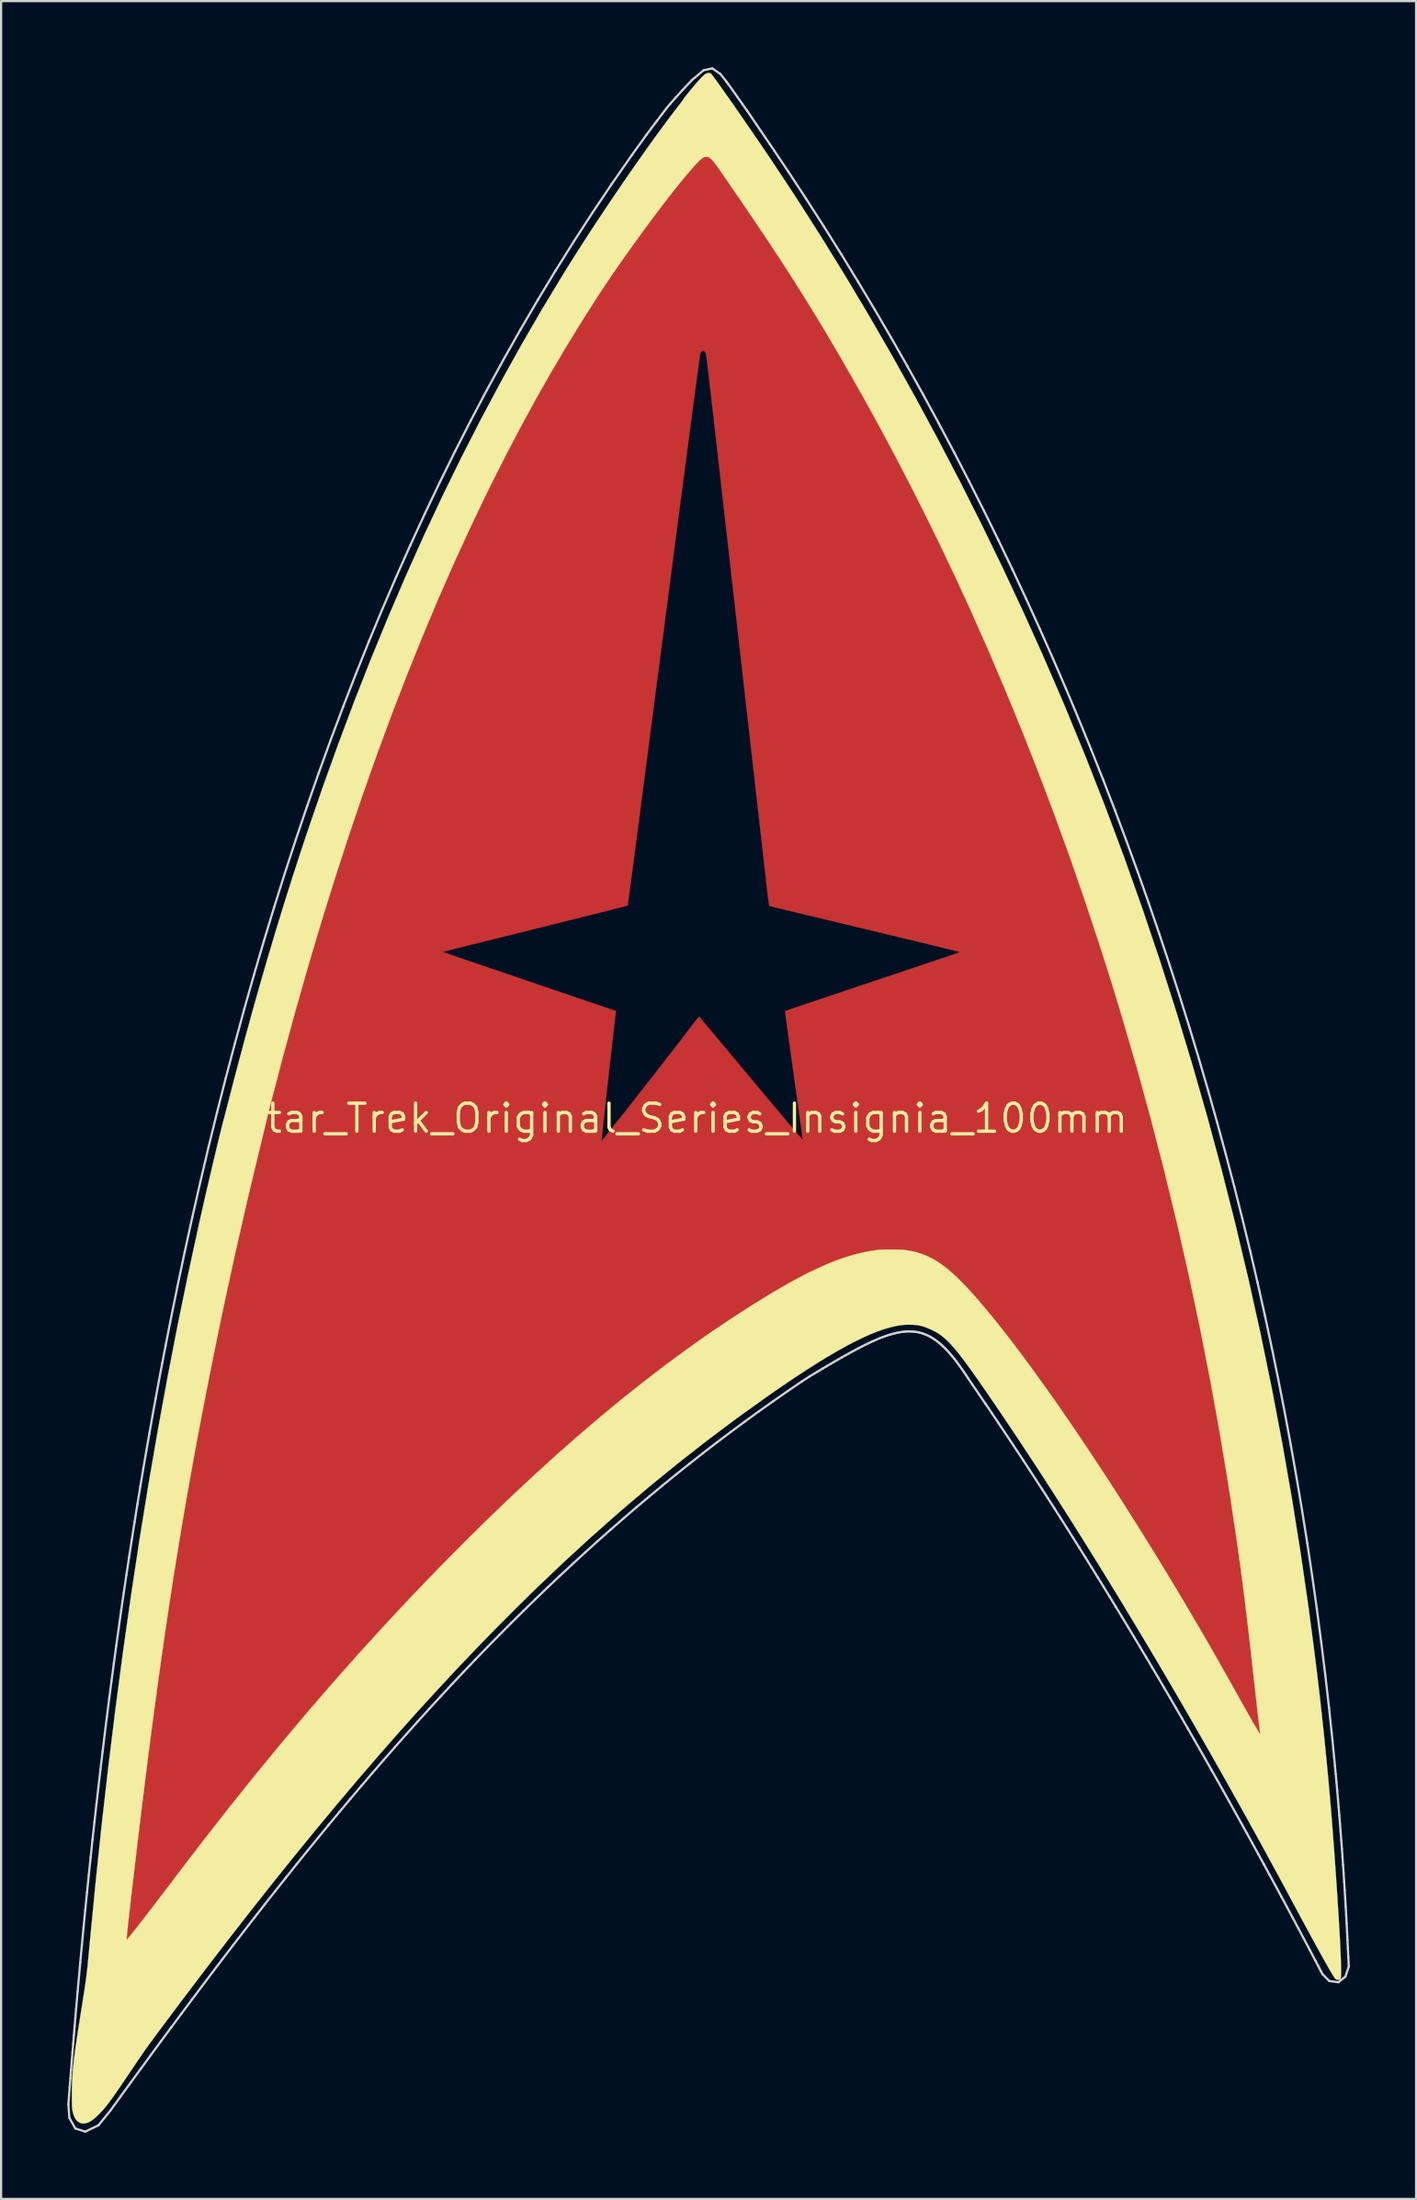
<source format=kicad_pcb>
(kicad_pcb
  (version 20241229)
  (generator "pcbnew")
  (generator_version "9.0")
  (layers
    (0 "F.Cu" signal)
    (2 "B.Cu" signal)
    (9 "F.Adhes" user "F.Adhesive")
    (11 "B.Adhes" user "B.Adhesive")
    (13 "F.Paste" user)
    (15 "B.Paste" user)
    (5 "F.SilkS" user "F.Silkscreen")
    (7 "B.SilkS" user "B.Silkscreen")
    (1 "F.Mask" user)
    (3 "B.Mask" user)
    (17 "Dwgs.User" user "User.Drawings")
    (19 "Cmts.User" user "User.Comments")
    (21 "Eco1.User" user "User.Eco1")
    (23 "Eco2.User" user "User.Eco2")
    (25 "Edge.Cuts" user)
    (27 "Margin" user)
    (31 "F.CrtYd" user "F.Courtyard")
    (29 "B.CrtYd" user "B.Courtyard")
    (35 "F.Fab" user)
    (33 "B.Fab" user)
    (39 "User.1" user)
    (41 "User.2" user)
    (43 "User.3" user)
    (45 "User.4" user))
  (footprint "Star_Trek_Original_Series_Insignia_100mm"
    (layer "F.Cu")
    (at 27.945 47.626)
    (property "Reference" "Star_Trek_Original_Series_Insignia_100mm" (at 0 0 0) (layer "F.SilkS") (effects (font (size 1.27 1.27) (thickness 0.15))))
    (attr through_hole)
    (fp_poly (pts (xy 1.072 -44.515) (xy 1.11 -44.468) (xy 1.168 -44.392) (xy 1.245 -44.291) (xy 1.337 -44.167) (xy 1.443 -44.023) (xy 1.561 -43.862) (xy 1.688 -43.688) (xy 1.822 -43.502) (xy 1.961 -43.309) (xy 2.104 -43.11) (xy 2.247 -42.909) (xy 2.332 -42.788) (xy 3.287 -41.417) (xy 4.233 -40.008) (xy 5.17 -38.567) (xy 6.092 -37.099) (xy 6.998 -35.609) (xy 7.883 -34.102) (xy 8.746 -32.583) (xy 9.582 -31.057) (xy 9.71 -30.819) (xy 10.147 -29.994) (xy 10.588 -29.147) (xy 11.028 -28.287) (xy 11.463 -27.423) (xy 11.888 -26.563) (xy 12.299 -25.718) (xy 12.691 -24.895) (xy 12.811 -24.638) (xy 13.782 -22.514) (xy 14.722 -20.362) (xy 15.629 -18.183) (xy 16.504 -15.978) (xy 17.347 -13.748) (xy 18.157 -11.492) (xy 18.935 -9.212) (xy 19.679 -6.908) (xy 20.39 -4.581) (xy 21.069 -2.231) (xy 21.713 0.142) (xy 22.325 2.536) (xy 22.902 4.95) (xy 23.446 7.386) (xy 23.955 9.841) (xy 24.431 12.316) (xy 24.871 14.809) (xy 25.278 17.32) (xy 25.65 19.849) (xy 25.987 22.395) (xy 26.023 22.691) (xy 26.121 23.498) (xy 26.215 24.302) (xy 26.305 25.096) (xy 26.389 25.872) (xy 26.466 26.624) (xy 26.537 27.343) (xy 26.553 27.506) (xy 26.567 27.661) (xy 26.581 27.806) (xy 26.594 27.934) (xy 26.604 28.039) (xy 26.612 28.114) (xy 26.617 28.152) (xy 26.627 28.227) (xy 26.245 28.341) (xy 26.113 28.379) (xy 26.002 28.408) (xy 25.917 28.428) (xy 25.863 28.437) (xy 25.845 28.435) (xy 25.831 28.413) (xy 25.8 28.357) (xy 25.753 28.274) (xy 25.693 28.167) (xy 25.624 28.04) (xy 25.547 27.899) (xy 25.495 27.802) (xy 24.825 26.577) (xy 24.152 25.368) (xy 23.476 24.175) (xy 22.798 23.001) (xy 22.119 21.846) (xy 21.44 20.713) (xy 20.761 19.601) (xy 20.085 18.514) (xy 19.411 17.452) (xy 18.741 16.417) (xy 18.075 15.41) (xy 17.415 14.432) (xy 16.761 13.485) (xy 16.114 12.571) (xy 15.475 11.69) (xy 14.846 10.845) (xy 14.226 10.036) (xy 13.617 9.265) (xy 13.158 8.7) (xy 12.843 8.328) (xy 12.543 7.993) (xy 12.256 7.694) (xy 11.979 7.429) (xy 11.71 7.198) (xy 11.448 6.997) (xy 11.19 6.826) (xy 10.934 6.683) (xy 10.678 6.567) (xy 10.421 6.477) (xy 10.159 6.409) (xy 10.055 6.389) (xy 9.84 6.361) (xy 9.597 6.346) (xy 9.339 6.345) (xy 9.08 6.358) (xy 8.83 6.385) (xy 8.795 6.39) (xy 8.366 6.47) (xy 7.914 6.585) (xy 7.438 6.736) (xy 6.939 6.922) (xy 6.417 7.143) (xy 5.871 7.4) (xy 5.302 7.691) (xy 4.709 8.018) (xy 4.65 8.053) (xy 3.749 8.586) (xy 2.834 9.158) (xy 1.906 9.769) (xy 0.966 10.418) (xy 0.014 11.105) (xy -0.949 11.829) (xy -1.923 12.589) (xy -2.906 13.386) (xy -3.899 14.217) (xy -4.901 15.084) (xy -5.911 15.984) (xy -6.929 16.919) (xy -7.953 17.886) (xy -8.983 18.886) (xy -10.02 19.918) (xy -11.061 20.981) (xy -12.107 22.075) (xy -13.156 23.2) (xy -14.209 24.354) (xy -15.264 25.537) (xy -16.322 26.749) (xy -17.38 27.989) (xy -17.962 28.681) (xy -19.018 29.959) (xy -20.06 31.248) (xy -21.092 32.554) (xy -22.119 33.881) (xy -23.144 35.234) (xy -24.172 36.619) (xy -25.103 37.899) (xy -25.264 38.122) (xy -25.402 38.314) (xy -25.519 38.475) (xy -25.616 38.61) (xy -25.696 38.719) (xy -25.76 38.806) (xy -25.81 38.873) (xy -25.847 38.922) (xy -25.874 38.955) (xy -25.891 38.975) (xy -25.902 38.984) (xy -25.907 38.985) (xy -25.908 38.98) (xy -25.908 38.979) (xy -25.906 38.951) (xy -25.9 38.884) (xy -25.89 38.782) (xy -25.877 38.648) (xy -25.86 38.485) (xy -25.842 38.297) (xy -25.82 38.088) (xy -25.797 37.86) (xy -25.773 37.618) (xy -25.747 37.364) (xy -25.72 37.102) (xy -25.692 36.835) (xy -25.665 36.568) (xy -25.637 36.302) (xy -25.61 36.042) (xy -25.584 35.791) (xy -25.56 35.553) (xy -25.536 35.33) (xy -25.515 35.126) (xy -25.496 34.945) (xy -25.479 34.791) (xy -25.473 34.734) (xy -25.171 32.073) (xy -24.846 29.426) (xy -24.499 26.797) (xy -24.129 24.187) (xy -23.737 21.598) (xy -23.324 19.032) (xy -22.889 16.491) (xy -22.434 13.976) (xy -21.957 11.49) (xy -21.46 9.035) (xy -20.943 6.611) (xy -20.406 4.222) (xy -19.85 1.868) (xy -19.846 1.852) (xy -19.805 1.68) (xy -19.766 1.519) (xy -19.728 1.367) (xy -19.692 1.219) (xy -19.655 1.072) (xy -19.618 0.924) (xy -19.58 0.771) (xy -19.539 0.61) (xy -19.495 0.438) (xy -19.447 0.251) (xy -19.394 0.047) (xy -19.336 -0.179) (xy -19.271 -0.428) (xy -19.198 -0.706) (xy -19.118 -1.014) (xy -19.028 -1.355) (xy -18.929 -1.734) (xy -18.91 -1.81) (xy -18.335 -3.957) (xy -17.744 -6.065) (xy -17.311 -7.545) (xy -10.933 -7.545) (xy -10.732 -7.474) (xy -10.665 -7.451) (xy -10.563 -7.416) (xy -10.426 -7.369) (xy -10.26 -7.312) (xy -10.067 -7.246) (xy -9.85 -7.172) (xy -9.614 -7.092) (xy -9.36 -7.005) (xy -9.094 -6.914) (xy -8.817 -6.82) (xy -8.533 -6.724) (xy -8.246 -6.626) (xy -8.244 -6.625) (xy -8.139 -6.59) (xy -7.999 -6.542) (xy -7.828 -6.484) (xy -7.632 -6.417) (xy -7.416 -6.343) (xy -7.183 -6.264) (xy -6.939 -6.181) (xy -6.69 -6.096) (xy -6.439 -6.01) (xy -6.35 -5.98) (xy -6.082 -5.889) (xy -5.801 -5.793) (xy -5.512 -5.694) (xy -5.223 -5.596) (xy -4.94 -5.499) (xy -4.67 -5.407) (xy -4.42 -5.322) (xy -4.196 -5.246) (xy -4.008 -5.182) (xy -3.073 -4.864) (xy -3.082 -4.797) (xy -3.086 -4.764) (xy -3.095 -4.693) (xy -3.107 -4.586) (xy -3.123 -4.448) (xy -3.142 -4.282) (xy -3.164 -4.091) (xy -3.188 -3.879) (xy -3.214 -3.649) (xy -3.241 -3.406) (xy -3.27 -3.151) (xy -3.3 -2.89) (xy -3.33 -2.625) (xy -3.359 -2.36) (xy -3.389 -2.098) (xy -3.418 -1.843) (xy -3.445 -1.598) (xy -3.471 -1.368) (xy -3.495 -1.154) (xy -3.516 -0.962) (xy -3.535 -0.793) (xy -3.55 -0.653) (xy -3.562 -0.544) (xy -3.566 -0.508) (xy -3.601 -0.181) (xy -3.632 0.105) (xy -3.658 0.35) (xy -3.68 0.556) (xy -3.697 0.723) (xy -3.71 0.851) (xy -3.719 0.941) (xy -3.724 0.995) (xy -3.725 1.012) (xy -3.723 1.017) (xy -3.715 1.014) (xy -3.698 0.998) (xy -3.671 0.967) (xy -3.631 0.919) (xy -3.576 0.85) (xy -3.503 0.758) (xy -3.41 0.64) (xy -3.295 0.492) (xy -3.217 0.392) (xy -3.134 0.286) (xy -3.058 0.19) (xy -2.993 0.109) (xy -2.944 0.049) (xy -2.916 0.016) (xy -2.914 0.014) (xy -2.895 -0.009) (xy -2.852 -0.062) (xy -2.788 -0.142) (xy -2.704 -0.248) (xy -2.603 -0.376) (xy -2.487 -0.525) (xy -2.356 -0.691) (xy -2.215 -0.871) (xy -2.063 -1.064) (xy -1.905 -1.267) (xy -1.741 -1.477) (xy -1.573 -1.691) (xy -1.404 -1.907) (xy -1.236 -2.122) (xy -1.071 -2.335) (xy -0.91 -2.541) (xy -0.756 -2.739) (xy -0.61 -2.926) (xy -0.475 -3.099) (xy -0.353 -3.256) (xy -0.246 -3.395) (xy -0.155 -3.512) (xy -0.084 -3.605) (xy -0.033 -3.672) (xy -0.005 -3.709) (xy 0 -3.717) (xy 0.012 -3.735) (xy 0.047 -3.782) (xy 0.099 -3.851) (xy 0.165 -3.937) (xy 0.24 -4.035) (xy 0.32 -4.139) (xy 0.402 -4.245) (xy 0.481 -4.345) (xy 0.552 -4.436) (xy 0.612 -4.511) (xy 0.648 -4.556) (xy 0.696 -4.615) (xy 3.042 -1.81) (xy 3.292 -1.511) (xy 3.534 -1.221) (xy 3.768 -0.942) (xy 3.992 -0.675) (xy 4.205 -0.423) (xy 4.404 -0.186) (xy 4.589 0.033) (xy 4.759 0.234) (xy 4.911 0.414) (xy 5.046 0.571) (xy 5.16 0.705) (xy 5.253 0.813) (xy 5.324 0.894) (xy 5.37 0.947) (xy 5.391 0.969) (xy 5.393 0.969) (xy 5.391 0.944) (xy 5.383 0.881) (xy 5.371 0.782) (xy 5.354 0.651) (xy 5.333 0.492) (xy 5.308 0.307) (xy 5.279 0.1) (xy 5.248 -0.125) (xy 5.215 -0.366) (xy 5.18 -0.62) (xy 5.177 -0.635) (xy 5.135 -0.936) (xy 5.09 -1.26) (xy 5.042 -1.599) (xy 4.994 -1.946) (xy 4.945 -2.292) (xy 4.898 -2.629) (xy 4.853 -2.95) (xy 4.812 -3.245) (xy 4.775 -3.508) (xy 4.772 -3.53) (xy 4.74 -3.761) (xy 4.71 -3.98) (xy 4.682 -4.183) (xy 4.658 -4.365) (xy 4.637 -4.525) (xy 4.62 -4.658) (xy 4.608 -4.76) (xy 4.601 -4.828) (xy 4.599 -4.859) (xy 4.599 -4.86) (xy 4.621 -4.869) (xy 4.68 -4.89) (xy 4.777 -4.923) (xy 4.908 -4.968) (xy 5.073 -5.024) (xy 5.269 -5.09) (xy 5.495 -5.166) (xy 5.749 -5.252) (xy 6.029 -5.347) (xy 6.333 -5.449) (xy 6.661 -5.559) (xy 7.009 -5.676) (xy 7.377 -5.8) (xy 7.763 -5.929) (xy 8.164 -6.064) (xy 8.58 -6.203) (xy 9.008 -6.347) (xy 9.446 -6.493) (xy 9.894 -6.643) (xy 10.348 -6.795) (xy 10.808 -6.949) (xy 11.086 -7.042) (xy 11.323 -7.121) (xy 11.548 -7.197) (xy 11.757 -7.267) (xy 11.948 -7.332) (xy 12.118 -7.39) (xy 12.263 -7.44) (xy 12.379 -7.48) (xy 12.465 -7.511) (xy 12.516 -7.529) (xy 12.531 -7.536) (xy 12.51 -7.542) (xy 12.451 -7.557) (xy 12.354 -7.581) (xy 12.222 -7.614) (xy 12.056 -7.655) (xy 11.858 -7.703) (xy 11.631 -7.759) (xy 11.376 -7.821) (xy 11.095 -7.889) (xy 10.789 -7.963) (xy 10.462 -8.042) (xy 10.115 -8.126) (xy 9.749 -8.214) (xy 9.367 -8.306) (xy 8.97 -8.401) (xy 8.561 -8.5) (xy 8.218 -8.582) (xy 7.799 -8.682) (xy 7.392 -8.78) (xy 6.997 -8.875) (xy 6.617 -8.966) (xy 6.253 -9.054) (xy 5.908 -9.136) (xy 5.584 -9.214) (xy 5.281 -9.287) (xy 5.003 -9.354) (xy 4.752 -9.415) (xy 4.528 -9.468) (xy 4.334 -9.515) (xy 4.173 -9.554) (xy 4.045 -9.585) (xy 3.953 -9.607) (xy 3.899 -9.62) (xy 3.884 -9.624) (xy 3.877 -9.646) (xy 3.866 -9.706) (xy 3.851 -9.798) (xy 3.835 -9.918) (xy 3.816 -10.062) (xy 3.796 -10.224) (xy 3.775 -10.401) (xy 3.773 -10.42) (xy 3.76 -10.538) (xy 3.742 -10.696) (xy 3.72 -10.889) (xy 3.695 -11.114) (xy 3.666 -11.367) (xy 3.634 -11.646) (xy 3.6 -11.947) (xy 3.564 -12.267) (xy 3.526 -12.601) (xy 3.487 -12.948) (xy 3.446 -13.303) (xy 3.405 -13.664) (xy 3.364 -14.026) (xy 3.355 -14.108) (xy 3.256 -14.98) (xy 3.161 -15.815) (xy 3.07 -16.619) (xy 2.982 -17.396) (xy 2.896 -18.153) (xy 2.811 -18.895) (xy 2.728 -19.626) (xy 2.646 -20.353) (xy 2.563 -21.08) (xy 2.48 -21.813) (xy 2.396 -22.556) (xy 2.309 -23.317) (xy 2.266 -23.696) (xy 2.232 -24.001) (xy 2.193 -24.344) (xy 2.15 -24.721) (xy 2.104 -25.127) (xy 2.055 -25.559) (xy 2.004 -26.013) (xy 1.95 -26.484) (xy 1.896 -26.968) (xy 1.84 -27.462) (xy 1.783 -27.96) (xy 1.727 -28.46) (xy 1.671 -28.956) (xy 1.615 -29.445) (xy 1.561 -29.923) (xy 1.509 -30.385) (xy 1.504 -30.427) (xy 1.457 -30.842) (xy 1.411 -31.246) (xy 1.367 -31.637) (xy 1.324 -32.014) (xy 1.282 -32.374) (xy 1.243 -32.715) (xy 1.206 -33.035) (xy 1.171 -33.333) (xy 1.139 -33.605) (xy 1.11 -33.85) (xy 1.084 -34.065) (xy 1.062 -34.25) (xy 1.043 -34.401) (xy 1.029 -34.517) (xy 1.018 -34.595) (xy 1.012 -34.634) (xy 1.011 -34.637) (xy 0.979 -34.703) (xy 0.935 -34.756) (xy 0.927 -34.763) (xy 0.886 -34.79) (xy 0.86 -34.793) (xy 0.83 -34.77) (xy 0.824 -34.765) (xy 0.781 -34.719) (xy 0.756 -34.682) (xy 0.753 -34.668) (xy 0.747 -34.633) (xy 0.738 -34.576) (xy 0.727 -34.498) (xy 0.712 -34.397) (xy 0.695 -34.273) (xy 0.674 -34.125) (xy 0.651 -33.953) (xy 0.624 -33.757) (xy 0.594 -33.535) (xy 0.561 -33.287) (xy 0.524 -33.013) (xy 0.484 -32.713) (xy 0.44 -32.384) (xy 0.393 -32.028) (xy 0.342 -31.644) (xy 0.287 -31.23) (xy 0.229 -30.787) (xy 0.166 -30.313) (xy 0.1 -29.809) (xy 0.03 -29.274) (xy -0.045 -28.707) (xy -0.124 -28.108) (xy -0.206 -27.476) (xy -0.294 -26.811) (xy -0.385 -26.112) (xy -0.481 -25.378) (xy -0.582 -24.61) (xy -0.687 -23.805) (xy -0.797 -22.965) (xy -0.911 -22.089) (xy -1.03 -21.175) (xy -1.155 -20.223) (xy -1.284 -19.234) (xy -1.418 -18.205) (xy -1.557 -17.138) (xy -1.702 -16.03) (xy -1.851 -14.882) (xy -2.006 -13.693) (xy -2.167 -12.463) (xy -2.167 -12.462) (xy -2.211 -12.122) (xy -2.254 -11.793) (xy -2.296 -11.479) (xy -2.335 -11.181) (xy -2.372 -10.902) (xy -2.406 -10.645) (xy -2.437 -10.411) (xy -2.465 -10.204) (xy -2.489 -10.025) (xy -2.509 -9.878) (xy -2.525 -9.764) (xy -2.536 -9.686) (xy -2.542 -9.646) (xy -2.543 -9.642) (xy -2.564 -9.636) (xy -2.625 -9.62) (xy -2.722 -9.595) (xy -2.855 -9.561) (xy -3.021 -9.519) (xy -3.219 -9.47) (xy -3.446 -9.412) (xy -3.701 -9.348) (xy -3.981 -9.278) (xy -4.285 -9.202) (xy -4.611 -9.12) (xy -4.956 -9.034) (xy -5.32 -8.943) (xy -5.699 -8.848) (xy -6.093 -8.75) (xy -6.499 -8.649) (xy -6.743 -8.588) (xy -10.933 -7.545) (xy -17.311 -7.545) (xy -17.138 -8.134) (xy -16.516 -10.165) (xy -15.879 -12.156) (xy -15.226 -14.109) (xy -14.558 -16.022) (xy -13.874 -17.897) (xy -13.175 -19.732) (xy -12.46 -21.528) (xy -11.73 -23.285) (xy -10.985 -25.002) (xy -10.224 -26.68) (xy -9.862 -27.453) (xy -9.671 -27.853) (xy -9.463 -28.281) (xy -9.243 -28.729) (xy -9.014 -29.19) (xy -8.78 -29.657) (xy -8.543 -30.123) (xy -8.308 -30.58) (xy -8.079 -31.022) (xy -7.859 -31.44) (xy -7.652 -31.829) (xy -7.615 -31.898) (xy -6.944 -33.117) (xy -6.26 -34.311) (xy -5.566 -35.477) (xy -4.861 -36.613) (xy -4.148 -37.719) (xy -3.426 -38.791) (xy -2.699 -39.829) (xy -1.966 -40.83) (xy -1.229 -41.793) (xy -0.489 -42.716) (xy -0.303 -42.942) (xy -0.216 -43.047) (xy -0.138 -43.142) (xy -0.074 -43.222) (xy -0.028 -43.28) (xy -0.003 -43.314) (xy 0 -43.319) (xy 0.013 -43.339) (xy 0.051 -43.387) (xy 0.11 -43.457) (xy 0.185 -43.546) (xy 0.274 -43.649) (xy 0.372 -43.763) (xy 0.475 -43.882) (xy 0.581 -44.003) (xy 0.684 -44.121) (xy 0.782 -44.232) (xy 0.871 -44.331) (xy 0.946 -44.415) (xy 1.005 -44.479) (xy 1.043 -44.519) (xy 1.056 -44.53) (xy 1.072 -44.515)) (stroke (width 0.01) (type solid)) (fill yes) (layer "F.Cu"))
    (fp_poly (pts (xy 1.072 -44.515) (xy 1.111 -44.468) (xy 1.17 -44.392) (xy 1.248 -44.289) (xy 1.341 -44.163) (xy 1.449 -44.016) (xy 1.569 -43.852) (xy 1.699 -43.672) (xy 1.838 -43.48) (xy 1.982 -43.279) (xy 2.131 -43.07) (xy 2.282 -42.858) (xy 2.433 -42.645) (xy 2.582 -42.433) (xy 2.727 -42.226) (xy 2.866 -42.025) (xy 2.924 -41.942) (xy 4.072 -40.248) (xy 5.193 -38.53) (xy 6.286 -36.784) (xy 7.352 -35.011) (xy 8.393 -33.209) (xy 9.409 -31.377) (xy 10.4 -29.513) (xy 11.368 -27.617) (xy 12.313 -25.687) (xy 13.235 -23.721) (xy 13.329 -23.516) (xy 14.262 -21.431) (xy 15.165 -19.315) (xy 16.038 -17.172) (xy 16.881 -15) (xy 17.693 -12.802) (xy 18.475 -10.577) (xy 19.225 -8.328) (xy 19.944 -6.054) (xy 20.632 -3.757) (xy 21.288 -1.437) (xy 21.911 0.904) (xy 22.502 3.266) (xy 23.061 5.647) (xy 23.586 8.048) (xy 24.079 10.467) (xy 24.538 12.902) (xy 24.659 13.58) (xy 24.916 15.078) (xy 25.164 16.598) (xy 25.4 18.134) (xy 25.624 19.677) (xy 25.835 21.221) (xy 26.032 22.757) (xy 26.214 24.279) (xy 26.38 25.778) (xy 26.528 27.249) (xy 26.553 27.506) (xy 26.567 27.661) (xy 26.581 27.806) (xy 26.594 27.934) (xy 26.604 28.039) (xy 26.612 28.114) (xy 26.617 28.152) (xy 26.627 28.227) (xy 26.245 28.341) (xy 26.113 28.379) (xy 26.002 28.408) (xy 25.917 28.428) (xy 25.863 28.437) (xy 25.845 28.435) (xy 25.831 28.413) (xy 25.8 28.357) (xy 25.753 28.274) (xy 25.693 28.167) (xy 25.624 28.04) (xy 25.547 27.899) (xy 25.495 27.802) (xy 24.825 26.577) (xy 24.152 25.368) (xy 23.476 24.175) (xy 22.798 23.001) (xy 22.119 21.846) (xy 21.44 20.713) (xy 20.761 19.601) (xy 20.085 18.514) (xy 19.411 17.452) (xy 18.741 16.417) (xy 18.075 15.41) (xy 17.415 14.432) (xy 16.761 13.485) (xy 16.114 12.571) (xy 15.475 11.69) (xy 14.846 10.845) (xy 14.226 10.036) (xy 13.617 9.265) (xy 13.158 8.7) (xy 12.843 8.328) (xy 12.543 7.993) (xy 12.256 7.694) (xy 11.979 7.429) (xy 11.71 7.198) (xy 11.448 6.997) (xy 11.19 6.826) (xy 10.934 6.683) (xy 10.678 6.567) (xy 10.421 6.477) (xy 10.159 6.409) (xy 10.055 6.389) (xy 9.84 6.361) (xy 9.597 6.346) (xy 9.339 6.345) (xy 9.08 6.358) (xy 8.83 6.385) (xy 8.795 6.39) (xy 8.366 6.47) (xy 7.914 6.585) (xy 7.438 6.736) (xy 6.939 6.922) (xy 6.417 7.143) (xy 5.871 7.4) (xy 5.302 7.691) (xy 4.709 8.018) (xy 4.65 8.053) (xy 3.749 8.586) (xy 2.834 9.158) (xy 1.906 9.769) (xy 0.966 10.418) (xy 0.014 11.105) (xy -0.949 11.829) (xy -1.923 12.589) (xy -2.906 13.386) (xy -3.899 14.217) (xy -4.901 15.084) (xy -5.911 15.984) (xy -6.929 16.919) (xy -7.953 17.886) (xy -8.983 18.886) (xy -10.02 19.918) (xy -11.061 20.981) (xy -12.107 22.075) (xy -13.156 23.2) (xy -14.209 24.354) (xy -15.264 25.537) (xy -16.322 26.749) (xy -17.38 27.989) (xy -17.962 28.681) (xy -19.018 29.959) (xy -20.06 31.248) (xy -21.092 32.554) (xy -22.119 33.881) (xy -23.144 35.234) (xy -24.172 36.619) (xy -25.103 37.899) (xy -25.264 38.122) (xy -25.402 38.314) (xy -25.519 38.475) (xy -25.616 38.61) (xy -25.696 38.719) (xy -25.76 38.806) (xy -25.81 38.873) (xy -25.847 38.922) (xy -25.874 38.955) (xy -25.891 38.975) (xy -25.902 38.984) (xy -25.907 38.985) (xy -25.908 38.98) (xy -25.908 38.979) (xy -25.906 38.951) (xy -25.9 38.884) (xy -25.89 38.782) (xy -25.877 38.648) (xy -25.86 38.485) (xy -25.842 38.297) (xy -25.82 38.088) (xy -25.797 37.86) (xy -25.773 37.618) (xy -25.747 37.364) (xy -25.72 37.102) (xy -25.692 36.835) (xy -25.665 36.568) (xy -25.637 36.302) (xy -25.61 36.042) (xy -25.584 35.791) (xy -25.56 35.553) (xy -25.536 35.33) (xy -25.515 35.126) (xy -25.496 34.945) (xy -25.479 34.791) (xy -25.473 34.734) (xy -25.171 32.073) (xy -24.846 29.426) (xy -24.499 26.797) (xy -24.129 24.187) (xy -23.737 21.598) (xy -23.324 19.032) (xy -22.889 16.491) (xy -22.434 13.976) (xy -21.957 11.49) (xy -21.46 9.035) (xy -20.943 6.611) (xy -20.406 4.222) (xy -19.85 1.868) (xy -19.846 1.852) (xy -19.805 1.68) (xy -19.766 1.519) (xy -19.728 1.367) (xy -19.692 1.219) (xy -19.655 1.072) (xy -19.618 0.924) (xy -19.58 0.771) (xy -19.539 0.61) (xy -19.495 0.438) (xy -19.447 0.251) (xy -19.394 0.047) (xy -19.336 -0.179) (xy -19.271 -0.428) (xy -19.198 -0.706) (xy -19.118 -1.014) (xy -19.028 -1.355) (xy -18.929 -1.734) (xy -18.91 -1.81) (xy -18.335 -3.957) (xy -17.744 -6.065) (xy -17.138 -8.134) (xy -16.516 -10.165) (xy -15.879 -12.156) (xy -15.226 -14.109) (xy -14.558 -16.022) (xy -13.874 -17.897) (xy -13.175 -19.732) (xy -12.46 -21.528) (xy -11.73 -23.285) (xy -10.985 -25.002) (xy -10.224 -26.68) (xy -9.862 -27.453) (xy -9.671 -27.853) (xy -9.463 -28.281) (xy -9.243 -28.729) (xy -9.014 -29.19) (xy -8.78 -29.657) (xy -8.543 -30.123) (xy -8.308 -30.58) (xy -8.079 -31.022) (xy -7.859 -31.44) (xy -7.652 -31.829) (xy -7.615 -31.898) (xy -6.944 -33.117) (xy -6.26 -34.311) (xy -5.566 -35.477) (xy -4.861 -36.613) (xy -4.148 -37.719) (xy -3.426 -38.791) (xy -2.699 -39.829) (xy -1.966 -40.83) (xy -1.229 -41.793) (xy -0.489 -42.716) (xy -0.303 -42.942) (xy -0.216 -43.047) (xy -0.138 -43.142) (xy -0.074 -43.222) (xy -0.028 -43.28) (xy -0.003 -43.314) (xy 0 -43.319) (xy 0.013 -43.339) (xy 0.051 -43.387) (xy 0.11 -43.457) (xy 0.185 -43.546) (xy 0.274 -43.649) (xy 0.372 -43.763) (xy 0.475 -43.882) (xy 0.581 -44.003) (xy 0.684 -44.121) (xy 0.782 -44.232) (xy 0.871 -44.331) (xy 0.946 -44.415) (xy 1.005 -44.479) (xy 1.043 -44.519) (xy 1.056 -44.53) (xy 1.072 -44.515)) (stroke (width 0.01) (type solid)) (fill yes) (layer "F.Mask"))
    (fp_poly (pts (xy 0.929 -39.249) (xy 0.93 -39.232) (xy 0.933 -39.206) (xy 0.94 -39.139) (xy 0.952 -39.032) (xy 0.968 -38.888) (xy 0.988 -38.707) (xy 1.013 -38.49) (xy 1.041 -38.239) (xy 1.073 -37.956) (xy 1.109 -37.641) (xy 1.148 -37.296) (xy 1.19 -36.922) (xy 1.235 -36.521) (xy 1.284 -36.093) (xy 1.335 -35.641) (xy 1.389 -35.164) (xy 1.446 -34.666) (xy 1.505 -34.146) (xy 1.566 -33.607) (xy 1.629 -33.049) (xy 1.695 -32.474) (xy 1.762 -31.883) (xy 1.83 -31.277) (xy 1.901 -30.659) (xy 1.972 -30.028) (xy 2.045 -29.387) (xy 2.119 -28.737) (xy 2.194 -28.078) (xy 2.27 -27.413) (xy 2.346 -26.742) (xy 2.423 -26.067) (xy 2.5 -25.39) (xy 2.577 -24.711) (xy 2.654 -24.032) (xy 2.732 -23.353) (xy 2.809 -22.678) (xy 2.885 -22.006) (xy 2.961 -21.339) (xy 3.036 -20.678) (xy 3.111 -20.025) (xy 3.184 -19.38) (xy 3.256 -18.747) (xy 3.327 -18.124) (xy 3.397 -17.514) (xy 3.465 -16.919) (xy 3.531 -16.339) (xy 3.595 -15.776) (xy 3.657 -15.23) (xy 3.717 -14.704) (xy 3.775 -14.199) (xy 3.83 -13.716) (xy 3.883 -13.256) (xy 3.932 -12.82) (xy 3.979 -12.41) (xy 4.023 -12.028) (xy 4.064 -11.674) (xy 4.101 -11.349) (xy 4.134 -11.056) (xy 4.164 -10.795) (xy 4.191 -10.568) (xy 4.213 -10.376) (xy 4.231 -10.22) (xy 4.245 -10.102) (xy 4.254 -10.022) (xy 4.259 -9.983) (xy 4.259 -9.979) (xy 4.281 -9.972) (xy 4.341 -9.957) (xy 4.435 -9.933) (xy 4.561 -9.902) (xy 4.716 -9.864) (xy 4.895 -9.82) (xy 5.096 -9.771) (xy 5.316 -9.717) (xy 5.552 -9.661) (xy 5.8 -9.601) (xy 5.813 -9.598) (xy 6.014 -9.55) (xy 6.252 -9.492) (xy 6.524 -9.427) (xy 6.827 -9.354) (xy 7.156 -9.275) (xy 7.507 -9.191) (xy 7.877 -9.102) (xy 8.263 -9.009) (xy 8.66 -8.914) (xy 9.065 -8.817) (xy 9.474 -8.719) (xy 9.883 -8.62) (xy 10.289 -8.523) (xy 10.688 -8.427) (xy 10.71 -8.422) (xy 11.079 -8.333) (xy 11.436 -8.247) (xy 11.78 -8.165) (xy 12.108 -8.085) (xy 12.418 -8.011) (xy 12.709 -7.94) (xy 12.978 -7.876) (xy 13.222 -7.816) (xy 13.44 -7.764) (xy 13.63 -7.718) (xy 13.788 -7.679) (xy 13.914 -7.648) (xy 14.005 -7.626) (xy 14.059 -7.612) (xy 14.074 -7.608) (xy 14.065 -7.595) (xy 14.052 -7.589) (xy 14.026 -7.58) (xy 13.961 -7.558) (xy 13.861 -7.524) (xy 13.727 -7.479) (xy 13.563 -7.424) (xy 13.37 -7.359) (xy 13.151 -7.285) (xy 12.907 -7.204) (xy 12.642 -7.115) (xy 12.358 -7.019) (xy 12.057 -6.918) (xy 11.74 -6.812) (xy 11.412 -6.702) (xy 11.073 -6.589) (xy 10.726 -6.472) (xy 10.374 -6.354) (xy 10.019 -6.235) (xy 9.663 -6.116) (xy 9.308 -5.997) (xy 8.957 -5.88) (xy 8.611 -5.764) (xy 8.275 -5.651) (xy 7.948 -5.542) (xy 7.635 -5.437) (xy 7.578 -5.418) (xy 7.265 -5.313) (xy 6.963 -5.212) (xy 6.675 -5.116) (xy 6.403 -5.024) (xy 6.149 -4.939) (xy 5.916 -4.86) (xy 5.706 -4.789) (xy 5.522 -4.727) (xy 5.366 -4.674) (xy 5.241 -4.631) (xy 5.149 -4.599) (xy 5.092 -4.579) (xy 5.073 -4.572) (xy 5.075 -4.55) (xy 5.082 -4.489) (xy 5.094 -4.392) (xy 5.111 -4.26) (xy 5.133 -4.098) (xy 5.158 -3.906) (xy 5.187 -3.689) (xy 5.22 -3.449) (xy 5.255 -3.188) (xy 5.293 -2.909) (xy 5.333 -2.614) (xy 5.375 -2.307) (xy 5.418 -1.991) (xy 5.462 -1.667) (xy 5.507 -1.338) (xy 5.553 -1.007) (xy 5.598 -0.677) (xy 5.643 -0.351) (xy 5.688 -0.03) (xy 5.731 0.282) (xy 5.773 0.582) (xy 5.813 0.868) (xy 5.851 1.138) (xy 5.886 1.388) (xy 5.918 1.617) (xy 5.947 1.82) (xy 5.972 1.996) (xy 5.993 2.143) (xy 6.01 2.256) (xy 6.022 2.334) (xy 6.025 2.349) (xy 6.037 2.424) (xy 5.974 2.36) (xy 5.954 2.337) (xy 5.908 2.284) (xy 5.838 2.201) (xy 5.745 2.091) (xy 5.631 1.955) (xy 5.496 1.795) (xy 5.343 1.612) (xy 5.172 1.409) (xy 4.986 1.186) (xy 4.785 0.946) (xy 4.571 0.69) (xy 4.345 0.421) (xy 4.109 0.138) (xy 3.864 -0.155) (xy 3.612 -0.457) (xy 3.481 -0.614) (xy 3.223 -0.922) (xy 2.971 -1.224) (xy 2.726 -1.517) (xy 2.49 -1.8) (xy 2.264 -2.07) (xy 2.05 -2.327) (xy 1.848 -2.568) (xy 1.661 -2.791) (xy 1.491 -2.995) (xy 1.338 -3.178) (xy 1.203 -3.339) (xy 1.09 -3.474) (xy 0.998 -3.584) (xy 0.93 -3.665) (xy 0.887 -3.716) (xy 0.877 -3.728) (xy 0.704 -3.932) (xy 0.389 -3.527) (xy 0.299 -3.411) (xy 0.214 -3.304) (xy 0.14 -3.211) (xy 0.081 -3.138) (xy 0.041 -3.09) (xy 0.027 -3.074) (xy 0.006 -3.05) (xy -0.038 -2.995) (xy -0.104 -2.912) (xy -0.188 -2.805) (xy -0.29 -2.677) (xy -0.406 -2.529) (xy -0.534 -2.366) (xy -0.672 -2.19) (xy -0.818 -2.004) (xy -0.969 -1.811) (xy -1.123 -1.614) (xy -1.278 -1.416) (xy -1.431 -1.22) (xy -1.58 -1.029) (xy -1.723 -0.846) (xy -1.857 -0.673) (xy -1.981 -0.514) (xy -2.092 -0.371) (xy -2.187 -0.248) (xy -2.264 -0.148) (xy -2.321 -0.072) (xy -2.357 -0.025) (xy -2.363 -0.016) (xy -2.389 0.019) (xy -2.438 0.083) (xy -2.507 0.173) (xy -2.593 0.286) (xy -2.695 0.417) (xy -2.81 0.565) (xy -2.934 0.725) (xy -3.065 0.895) (xy -3.202 1.07) (xy -3.341 1.249) (xy -3.479 1.426) (xy -3.614 1.6) (xy -3.744 1.766) (xy -3.865 1.921) (xy -3.976 2.063) (xy -4.074 2.187) (xy -4.156 2.291) (xy -4.219 2.37) (xy -4.261 2.423) (xy -4.279 2.444) (xy -4.307 2.468) (xy -4.318 2.465) (xy -4.316 2.437) (xy -4.309 2.372) (xy -4.298 2.274) (xy -4.284 2.148) (xy -4.267 1.999) (xy -4.248 1.83) (xy -4.227 1.647) (xy -4.205 1.454) (xy -4.182 1.256) (xy -4.159 1.057) (xy -4.137 0.862) (xy -4.115 0.676) (xy -4.095 0.503) (xy -4.076 0.347) (xy -4.061 0.214) (xy -4.048 0.107) (xy -4.038 0.032) (xy -4.033 -0.007) (xy -4.032 -0.011) (xy -4.028 -0.039) (xy -4.02 -0.106) (xy -4.007 -0.207) (xy -3.992 -0.34) (xy -3.973 -0.502) (xy -3.951 -0.688) (xy -3.927 -0.896) (xy -3.901 -1.122) (xy -3.874 -1.364) (xy -3.845 -1.617) (xy -3.816 -1.879) (xy -3.786 -2.146) (xy -3.755 -2.415) (xy -3.726 -2.682) (xy -3.696 -2.944) (xy -3.668 -3.199) (xy -3.641 -3.442) (xy -3.616 -3.67) (xy -3.593 -3.881) (xy -3.572 -4.07) (xy -3.554 -4.235) (xy -3.54 -4.372) (xy -3.529 -4.478) (xy -3.522 -4.549) (xy -3.519 -4.582) (xy -3.519 -4.585) (xy -3.54 -4.592) (xy -3.598 -4.613) (xy -3.694 -4.645) (xy -3.823 -4.69) (xy -3.986 -4.746) (xy -4.18 -4.812) (xy -4.402 -4.889) (xy -4.652 -4.974) (xy -4.928 -5.069) (xy -5.227 -5.171) (xy -5.549 -5.281) (xy -5.89 -5.397) (xy -6.249 -5.52) (xy -6.625 -5.648) (xy -7.016 -5.781) (xy -7.419 -5.919) (xy -7.834 -6.06) (xy -7.907 -6.085) (xy -8.324 -6.227) (xy -8.73 -6.365) (xy -9.123 -6.5) (xy -9.503 -6.629) (xy -9.866 -6.753) (xy -10.212 -6.871) (xy -10.538 -6.982) (xy -10.843 -7.086) (xy -11.124 -7.182) (xy -11.381 -7.27) (xy -11.61 -7.348) (xy -11.811 -7.417) (xy -11.981 -7.475) (xy -12.118 -7.522) (xy -12.222 -7.557) (xy -12.289 -7.58) (xy -12.318 -7.591) (xy -12.319 -7.591) (xy -12.314 -7.594) (xy -12.293 -7.602) (xy -12.253 -7.614) (xy -12.194 -7.631) (xy -12.115 -7.652) (xy -12.014 -7.679) (xy -11.892 -7.711) (xy -11.746 -7.748) (xy -11.575 -7.792) (xy -11.38 -7.842) (xy -11.158 -7.898) (xy -10.909 -7.961) (xy -10.632 -8.031) (xy -10.325 -8.108) (xy -9.988 -8.192) (xy -9.619 -8.285) (xy -9.218 -8.385) (xy -8.783 -8.493) (xy -8.314 -8.61) (xy -7.81 -8.736) (xy -7.269 -8.871) (xy -6.69 -9.015) (xy -6.073 -9.168) (xy -5.416 -9.332) (xy -5.096 -9.411) (xy -2.9 -9.957) (xy -2.889 -10.021) (xy -2.886 -10.047) (xy -2.877 -10.114) (xy -2.863 -10.219) (xy -2.844 -10.363) (xy -2.821 -10.543) (xy -2.793 -10.758) (xy -2.76 -11.006) (xy -2.724 -11.288) (xy -2.683 -11.6) (xy -2.639 -11.941) (xy -2.59 -12.311) (xy -2.539 -12.708) (xy -2.484 -13.13) (xy -2.426 -13.577) (xy -2.365 -14.046) (xy -2.301 -14.536) (xy -2.235 -15.046) (xy -2.166 -15.575) (xy -2.095 -16.122) (xy -2.022 -16.684) (xy -1.947 -17.26) (xy -1.87 -17.85) (xy -1.792 -18.451) (xy -1.713 -19.063) (xy -1.632 -19.683) (xy -1.551 -20.311) (xy -1.468 -20.946) (xy -1.385 -21.585) (xy -1.302 -22.228) (xy -1.218 -22.872) (xy -1.135 -23.518) (xy -1.051 -24.163) (xy -0.967 -24.805) (xy -0.884 -25.445) (xy -0.802 -26.079) (xy -0.721 -26.708) (xy -0.64 -27.329) (xy -0.561 -27.94) (xy -0.483 -28.542) (xy -0.406 -29.132) (xy -0.331 -29.709) (xy -0.258 -30.271) (xy -0.188 -30.818) (xy -0.119 -31.347) (xy -0.053 -31.858) (xy 0.011 -32.349) (xy 0.072 -32.819) (xy 0.13 -33.266) (xy 0.184 -33.689) (xy 0.236 -34.086) (xy 0.284 -34.457) (xy 0.328 -34.8) (xy 0.369 -35.112) (xy 0.405 -35.394) (xy 0.437 -35.644) (xy 0.444 -35.698) (xy 0.493 -36.077) (xy 0.541 -36.445) (xy 0.587 -36.8) (xy 0.631 -37.14) (xy 0.673 -37.462) (xy 0.713 -37.764) (xy 0.75 -38.045) (xy 0.784 -38.3) (xy 0.814 -38.53) (xy 0.841 -38.73) (xy 0.864 -38.899) (xy 0.882 -39.036) (xy 0.897 -39.136) (xy 0.906 -39.199) (xy 0.91 -39.222) (xy 0.923 -39.255) (xy 0.929 -39.249)) (stroke (width 0.01) (type solid)) (fill yes) (layer "B.Mask"))
    (fp_poly (pts (xy 1.182 -47.364) (xy 1.228 -47.347) (xy 1.232 -47.345) (xy 1.257 -47.317) (xy 1.304 -47.256) (xy 1.372 -47.165) (xy 1.459 -47.046) (xy 1.563 -46.902) (xy 1.683 -46.735) (xy 1.816 -46.547) (xy 1.962 -46.34) (xy 2.118 -46.118) (xy 2.283 -45.882) (xy 2.455 -45.634) (xy 2.633 -45.378) (xy 2.815 -45.115) (xy 2.999 -44.848) (xy 3.184 -44.579) (xy 3.367 -44.311) (xy 3.548 -44.046) (xy 3.725 -43.786) (xy 3.895 -43.534) (xy 3.941 -43.466) (xy 5.077 -41.751) (xy 6.197 -39.999) (xy 7.301 -38.212) (xy 8.388 -36.393) (xy 9.455 -34.545) (xy 10.501 -32.671) (xy 11.525 -30.773) (xy 12.526 -28.854) (xy 13.501 -26.917) (xy 14.45 -24.965) (xy 15.37 -23.001) (xy 16.261 -21.026) (xy 17.12 -19.045) (xy 17.293 -18.637) (xy 18.214 -16.399) (xy 19.103 -14.135) (xy 19.96 -11.846) (xy 20.783 -9.533) (xy 21.572 -7.196) (xy 22.328 -4.837) (xy 23.05 -2.458) (xy 23.738 -0.059) (xy 24.391 2.359) (xy 25.009 4.795) (xy 25.592 7.247) (xy 26.14 9.714) (xy 26.652 12.196) (xy 27.128 14.691) (xy 27.567 17.198) (xy 27.97 19.717) (xy 28.336 22.245) (xy 28.575 24.056) (xy 28.704 25.092) (xy 28.824 26.108) (xy 28.936 27.11) (xy 29.042 28.105) (xy 29.141 29.1) (xy 29.235 30.102) (xy 29.324 31.117) (xy 29.408 32.152) (xy 29.489 33.214) (xy 29.566 34.309) (xy 29.59 34.66) (xy 29.628 35.234) (xy 29.662 35.765) (xy 29.693 36.255) (xy 29.719 36.703) (xy 29.742 37.111) (xy 29.761 37.477) (xy 29.776 37.804) (xy 29.788 38.089) (xy 29.796 38.335) (xy 29.8 38.542) (xy 29.8 38.708) (xy 29.797 38.836) (xy 29.79 38.925) (xy 29.779 38.975) (xy 29.778 38.977) (xy 29.755 39.013) (xy 29.717 39.028) (xy 29.665 39.031) (xy 29.591 39.022) (xy 29.539 38.989) (xy 29.534 38.984) (xy 29.501 38.94) (xy 29.449 38.859) (xy 29.378 38.744) (xy 29.291 38.595) (xy 29.187 38.413) (xy 29.066 38.201) (xy 28.931 37.959) (xy 28.781 37.688) (xy 28.617 37.389) (xy 28.439 37.065) (xy 28.25 36.716) (xy 28.048 36.344) (xy 27.836 35.95) (xy 27.633 35.571) (xy 26.875 34.165) (xy 26.109 32.761) (xy 25.335 31.362) (xy 24.556 29.971) (xy 23.772 28.588) (xy 22.985 27.217) (xy 22.196 25.86) (xy 21.407 24.519) (xy 20.618 23.197) (xy 19.832 21.894) (xy 19.049 20.615) (xy 18.271 19.36) (xy 17.499 18.133) (xy 16.735 16.936) (xy 15.98 15.77) (xy 15.235 14.638) (xy 14.502 13.543) (xy 14.037 12.859) (xy 13.772 12.472) (xy 13.528 12.12) (xy 13.305 11.799) (xy 13.099 11.508) (xy 12.911 11.246) (xy 12.737 11.011) (xy 12.577 10.8) (xy 12.43 10.613) (xy 12.293 10.446) (xy 12.165 10.3) (xy 12.045 10.17) (xy 11.931 10.057) (xy 11.821 9.957) (xy 11.714 9.87) (xy 11.609 9.793) (xy 11.504 9.725) (xy 11.397 9.663) (xy 11.287 9.607) (xy 11.261 9.595) (xy 11.065 9.507) (xy 10.892 9.441) (xy 10.729 9.396) (xy 10.565 9.367) (xy 10.39 9.352) (xy 10.245 9.349) (xy 10.085 9.35) (xy 9.942 9.359) (xy 9.804 9.375) (xy 9.657 9.401) (xy 9.49 9.438) (xy 9.391 9.463) (xy 9.108 9.543) (xy 8.807 9.647) (xy 8.485 9.774) (xy 8.143 9.926) (xy 7.78 10.102) (xy 7.393 10.303) (xy 6.984 10.531) (xy 6.55 10.784) (xy 6.09 11.064) (xy 5.605 11.372) (xy 5.092 11.707) (xy 4.551 12.071) (xy 3.981 12.463) (xy 3.768 12.612) (xy 2.407 13.588) (xy 1.062 14.595) (xy -0.27 15.637) (xy -1.591 16.713) (xy -2.902 17.827) (xy -4.205 18.978) (xy -5.501 20.168) (xy -6.752 21.36) (xy -7.63 22.221) (xy -8.51 23.105) (xy -9.394 24.013) (xy -10.282 24.945) (xy -11.175 25.904) (xy -12.075 26.889) (xy -12.981 27.902) (xy -13.895 28.944) (xy -14.817 30.015) (xy -15.749 31.117) (xy -16.691 32.251) (xy -17.644 33.417) (xy -18.609 34.617) (xy -19.586 35.852) (xy -20.577 37.122) (xy -21.582 38.428) (xy -22.602 39.772) (xy -23.262 40.651) (xy -23.452 40.905) (xy -23.62 41.129) (xy -23.767 41.326) (xy -23.897 41.501) (xy -24.012 41.656) (xy -24.114 41.795) (xy -24.207 41.922) (xy -24.293 42.04) (xy -24.374 42.154) (xy -24.453 42.266) (xy -24.533 42.381) (xy -24.616 42.502) (xy -24.705 42.632) (xy -24.803 42.776) (xy -24.911 42.936) (xy -25.033 43.117) (xy -25.083 43.191) (xy -25.273 43.471) (xy -25.442 43.72) (xy -25.591 43.938) (xy -25.723 44.129) (xy -25.84 44.297) (xy -25.944 44.442) (xy -26.037 44.569) (xy -26.121 44.68) (xy -26.198 44.778) (xy -26.27 44.865) (xy -26.339 44.945) (xy -26.408 45.02) (xy -26.477 45.093) (xy -26.507 45.123) (xy -26.656 45.266) (xy -26.789 45.375) (xy -26.912 45.455) (xy -27.03 45.509) (xy -27.04 45.513) (xy -27.153 45.542) (xy -27.251 45.545) (xy -27.352 45.521) (xy -27.355 45.52) (xy -27.458 45.465) (xy -27.545 45.379) (xy -27.616 45.259) (xy -27.674 45.102) (xy -27.703 44.993) (xy -27.714 44.94) (xy -27.722 44.879) (xy -27.728 44.806) (xy -27.732 44.713) (xy -27.735 44.596) (xy -27.736 44.45) (xy -27.737 44.268) (xy -27.737 44.207) (xy -27.735 44.013) (xy -27.731 43.826) (xy -27.725 43.642) (xy -27.716 43.458) (xy -27.703 43.269) (xy -27.687 43.073) (xy -27.666 42.865) (xy -27.641 42.642) (xy -27.611 42.401) (xy -27.575 42.138) (xy -27.534 41.85) (xy -27.487 41.532) (xy -27.433 41.182) (xy -27.372 40.796) (xy -27.337 40.577) (xy -27.288 40.272) (xy -27.246 40.004) (xy -27.209 39.768) (xy -27.176 39.559) (xy -27.148 39.372) (xy -27.123 39.202) (xy -27.101 39.045) (xy -27.081 38.895) (xy -27.063 38.747) (xy -27.045 38.596) (xy -27.028 38.438) (xy -27.011 38.268) (xy -26.993 38.08) (xy -26.973 37.869) (xy -26.951 37.632) (xy -26.935 37.454) (xy -26.906 37.157) (xy -25.25 37.157) (xy -25.249 37.189) (xy -25.246 37.207) (xy -25.241 37.211) (xy -25.226 37.195) (xy -25.187 37.151) (xy -25.13 37.082) (xy -25.058 36.993) (xy -24.975 36.889) (xy -24.906 36.804) (xy -24.738 36.59) (xy -24.546 36.345) (xy -24.33 36.066) (xy -24.091 35.755) (xy -23.827 35.41) (xy -23.538 35.032) (xy -23.225 34.619) (xy -23.008 34.332) (xy -21.823 32.783) (xy -20.642 31.273) (xy -19.464 29.802) (xy -18.286 28.368) (xy -17.108 26.968) (xy -15.928 25.602) (xy -14.744 24.267) (xy -13.555 22.961) (xy -12.359 21.683) (xy -11.154 20.43) (xy -9.94 19.202) (xy -9.776 19.038) (xy -8.734 18.016) (xy -7.707 17.032) (xy -6.692 16.087) (xy -5.689 15.178) (xy -4.696 14.306) (xy -3.714 13.47) (xy -2.74 12.668) (xy -1.773 11.9) (xy -0.813 11.165) (xy 0.141 10.463) (xy 1.091 9.791) (xy 2.037 9.151) (xy 2.981 8.54) (xy 3.683 8.103) (xy 4.217 7.783) (xy 4.724 7.491) (xy 5.205 7.228) (xy 5.663 6.992) (xy 6.1 6.782) (xy 6.519 6.597) (xy 6.92 6.437) (xy 7.307 6.3) (xy 7.683 6.186) (xy 8.048 6.093) (xy 8.406 6.021) (xy 8.758 5.968) (xy 8.774 5.966) (xy 8.905 5.954) (xy 9.065 5.947) (xy 9.245 5.942) (xy 9.435 5.942) (xy 9.624 5.945) (xy 9.802 5.951) (xy 9.96 5.961) (xy 10.087 5.974) (xy 10.101 5.976) (xy 10.342 6.019) (xy 10.574 6.075) (xy 10.799 6.145) (xy 11.02 6.233) (xy 11.238 6.338) (xy 11.457 6.463) (xy 11.678 6.61) (xy 11.903 6.779) (xy 12.135 6.974) (xy 12.376 7.195) (xy 12.628 7.444) (xy 12.893 7.722) (xy 13.174 8.032) (xy 13.472 8.376) (xy 13.762 8.72) (xy 14.156 9.2) (xy 14.566 9.718) (xy 14.992 10.27) (xy 15.432 10.855) (xy 15.885 11.471) (xy 16.35 12.117) (xy 16.826 12.79) (xy 17.311 13.488) (xy 17.805 14.21) (xy 18.306 14.955) (xy 18.812 15.719) (xy 19.324 16.502) (xy 19.839 17.301) (xy 20.356 18.115) (xy 20.874 18.941) (xy 21.393 19.779) (xy 21.91 20.626) (xy 22.425 21.48) (xy 22.936 22.34) (xy 23.442 23.203) (xy 23.943 24.069) (xy 24.436 24.934) (xy 24.921 25.798) (xy 24.929 25.813) (xy 25.116 26.147) (xy 25.289 26.456) (xy 25.447 26.738) (xy 25.591 26.991) (xy 25.719 27.216) (xy 25.831 27.411) (xy 25.927 27.574) (xy 26.004 27.705) (xy 26.064 27.802) (xy 26.105 27.865) (xy 26.127 27.892) (xy 26.13 27.893) (xy 26.129 27.871) (xy 26.123 27.815) (xy 26.114 27.731) (xy 26.101 27.629) (xy 26.095 27.58) (xy 26.087 27.516) (xy 26.075 27.413) (xy 26.059 27.275) (xy 26.039 27.105) (xy 26.017 26.906) (xy 25.991 26.681) (xy 25.963 26.434) (xy 25.933 26.168) (xy 25.902 25.887) (xy 25.869 25.593) (xy 25.835 25.29) (xy 25.813 25.093) (xy 25.752 24.548) (xy 25.695 24.041) (xy 25.641 23.567) (xy 25.59 23.123) (xy 25.54 22.704) (xy 25.493 22.306) (xy 25.446 21.925) (xy 25.4 21.556) (xy 25.354 21.196) (xy 25.308 20.84) (xy 25.26 20.483) (xy 25.212 20.123) (xy 25.16 19.754) (xy 25.107 19.372) (xy 25.07 19.113) (xy 24.707 16.699) (xy 24.307 14.284) (xy 23.87 11.87) (xy 23.397 9.462) (xy 22.888 7.063) (xy 22.345 4.675) (xy 21.768 2.303) (xy 21.158 -0.051) (xy 20.516 -2.383) (xy 19.841 -4.69) (xy 19.682 -5.218) (xy 19.61 -5.453) (xy 19.545 -5.665) (xy 19.485 -5.86) (xy 19.429 -6.041) (xy 19.376 -6.214) (xy 19.322 -6.384) (xy 19.268 -6.557) (xy 19.211 -6.736) (xy 19.15 -6.928) (xy 19.083 -7.137) (xy 19.009 -7.368) (xy 18.925 -7.626) (xy 18.831 -7.917) (xy 18.773 -8.096) (xy 18.142 -9.998) (xy 17.48 -11.905) (xy 16.787 -13.811) (xy 16.068 -15.71) (xy 15.324 -17.595) (xy 14.558 -19.46) (xy 13.772 -21.299) (xy 12.97 -23.105) (xy 12.927 -23.199) (xy 12.287 -24.585) (xy 11.627 -25.971) (xy 10.951 -27.349) (xy 10.262 -28.715) (xy 9.562 -30.06) (xy 8.855 -31.381) (xy 8.145 -32.669) (xy 7.677 -33.496) (xy 7.364 -34.041) (xy 7.059 -34.568) (xy 6.759 -35.079) (xy 6.463 -35.578) (xy 6.169 -36.068) (xy 5.875 -36.552) (xy 5.578 -37.033) (xy 5.277 -37.514) (xy 4.97 -37.999) (xy 4.655 -38.49) (xy 4.329 -38.991) (xy 3.991 -39.504) (xy 3.639 -40.033) (xy 3.271 -40.58) (xy 2.885 -41.15) (xy 2.479 -41.745) (xy 2.051 -42.368) (xy 1.704 -42.87) (xy 1.565 -43.07) (xy 1.445 -43.237) (xy 1.339 -43.371) (xy 1.245 -43.471) (xy 1.159 -43.539) (xy 1.075 -43.574) (xy 0.991 -43.577) (xy 0.903 -43.546) (xy 0.807 -43.483) (xy 0.699 -43.388) (xy 0.575 -43.26) (xy 0.431 -43.1) (xy 0.264 -42.908) (xy 0.257 -42.9) (xy 0.042 -42.647) (xy -0.193 -42.361) (xy -0.445 -42.046) (xy -0.711 -41.707) (xy -0.989 -41.346) (xy -1.276 -40.967) (xy -1.569 -40.575) (xy -1.866 -40.172) (xy -2.164 -39.762) (xy -2.461 -39.349) (xy -2.753 -38.936) (xy -3.038 -38.528) (xy -3.313 -38.127) (xy -3.576 -37.738) (xy -3.824 -37.364) (xy -3.894 -37.255) (xy -4.62 -36.118) (xy -5.329 -34.964) (xy -6.022 -33.791) (xy -6.702 -32.594) (xy -7.371 -31.369) (xy -8.032 -30.112) (xy -8.687 -28.818) (xy -8.979 -28.226) (xy -9.723 -26.67) (xy -10.454 -25.074) (xy -11.171 -23.439) (xy -11.874 -21.764) (xy -12.564 -20.05) (xy -13.24 -18.297) (xy -13.903 -16.504) (xy -14.551 -14.674) (xy -15.186 -12.804) (xy -15.806 -10.896) (xy -16.412 -8.951) (xy -17.005 -6.967) (xy -17.582 -4.946) (xy -18.146 -2.887) (xy -18.656 -0.942) (xy -18.704 -0.755) (xy -18.749 -0.579) (xy -18.79 -0.418) (xy -18.825 -0.277) (xy -18.854 -0.161) (xy -18.875 -0.075) (xy -18.888 -0.023) (xy -18.89 -0.011) (xy -18.897 0.023) (xy -18.914 0.093) (xy -18.938 0.195) (xy -18.969 0.324) (xy -19.006 0.477) (xy -19.047 0.647) (xy -19.093 0.832) (xy -19.122 0.953) (xy -19.744 3.54) (xy -20.333 6.117) (xy -20.889 8.677) (xy -21.164 10.001) (xy -21.356 10.947) (xy -21.542 11.878) (xy -21.722 12.797) (xy -21.897 13.707) (xy -22.068 14.609) (xy -22.233 15.506) (xy -22.394 16.4) (xy -22.552 17.293) (xy -22.706 18.188) (xy -22.856 19.087) (xy -23.004 19.992) (xy -23.149 20.906) (xy -23.293 21.831) (xy -23.434 22.769) (xy -23.574 23.723) (xy -23.713 24.694) (xy -23.851 25.685) (xy -23.989 26.699) (xy -24.127 27.737) (xy -24.265 28.803) (xy -24.404 29.897) (xy -24.544 31.023) (xy -24.685 32.183) (xy -24.828 33.379) (xy -24.973 34.614) (xy -25.072 35.46) (xy -25.108 35.779) (xy -25.14 36.058) (xy -25.167 36.299) (xy -25.19 36.507) (xy -25.209 36.682) (xy -25.224 36.827) (xy -25.235 36.944) (xy -25.243 37.037) (xy -25.248 37.107) (xy -25.25 37.157) (xy -26.906 37.157) (xy -26.67 34.723) (xy -26.387 32.029) (xy -26.083 29.371) (xy -25.76 26.75) (xy -25.417 24.163) (xy -25.054 21.612) (xy -24.672 19.096) (xy -24.269 16.613) (xy -23.846 14.164) (xy -23.403 11.747) (xy -22.94 9.363) (xy -22.456 7.011) (xy -21.952 4.69) (xy -21.897 4.445) (xy -21.835 4.172) (xy -21.769 3.882) (xy -21.7 3.578) (xy -21.627 3.265) (xy -21.553 2.946) (xy -21.478 2.626) (xy -21.404 2.308) (xy -21.33 1.996) (xy -21.258 1.694) (xy -21.19 1.406) (xy -21.125 1.137) (xy -21.065 0.889) (xy -21.01 0.667) (xy -20.962 0.475) (xy -20.922 0.316) (xy -20.892 0.201) (xy -20.872 0.125) (xy -20.843 0.015) (xy -20.807 -0.124) (xy -20.766 -0.283) (xy -20.721 -0.457) (xy -20.674 -0.639) (xy -20.637 -0.783) (xy -20.282 -2.149) (xy -19.928 -3.476) (xy -19.574 -4.77) (xy -19.217 -6.035) (xy -18.858 -7.274) (xy -18.495 -8.492) (xy -18.126 -9.693) (xy -17.75 -10.883) (xy -17.366 -12.064) (xy -17.063 -12.975) (xy -16.366 -15.002) (xy -15.65 -16.992) (xy -14.915 -18.946) (xy -14.16 -20.864) (xy -13.385 -22.747) (xy -12.59 -24.596) (xy -11.774 -26.413) (xy -10.937 -28.197) (xy -10.078 -29.95) (xy -9.197 -31.672) (xy -8.294 -33.365) (xy -7.369 -35.029) (xy -6.42 -36.666) (xy -5.451 -38.269) (xy -5.149 -38.754) (xy -4.831 -39.256) (xy -4.5 -39.772) (xy -4.158 -40.298) (xy -3.807 -40.83) (xy -3.45 -41.365) (xy -3.09 -41.898) (xy -2.729 -42.427) (xy -2.37 -42.947) (xy -2.015 -43.454) (xy -1.667 -43.946) (xy -1.329 -44.417) (xy -1.002 -44.865) (xy -0.69 -45.286) (xy -0.396 -45.675) (xy -0.251 -45.863) (xy -0.173 -45.964) (xy -0.105 -46.053) (xy -0.051 -46.126) (xy -0.015 -46.176) (xy -0.000114 -46.199) (xy 0 -46.199) (xy 0.013 -46.222) (xy 0.049 -46.271) (xy 0.105 -46.342) (xy 0.175 -46.43) (xy 0.256 -46.531) (xy 0.344 -46.637) (xy 0.435 -46.746) (xy 0.523 -46.851) (xy 0.606 -46.947) (xy 0.629 -46.973) (xy 0.75 -47.108) (xy 0.851 -47.211) (xy 0.935 -47.286) (xy 1.005 -47.336) (xy 1.067 -47.363) (xy 1.121 -47.371) (xy 1.182 -47.364)) (stroke (width 0.01) (type solid)) (fill yes) (layer "F.SilkS"))
    (fp_line (start -27.895 44.679) (end -27.865 44.288) (stroke (width 0.1) (type solid)) (layer "Edge.Cuts"))
    (fp_line (start -27.865 44.288) (end -27.835 43.896) (stroke (width 0.1) (type solid)) (layer "Edge.Cuts"))
    (fp_line (start -27.851 45.288) (end -27.895 44.679) (stroke (width 0.1) (type solid)) (layer "Edge.Cuts"))
    (fp_line (start -27.835 43.896) (end -27.804 43.504) (stroke (width 0.1) (type solid)) (layer "Edge.Cuts"))
    (fp_line (start -27.804 43.504) (end -27.773 43.111) (stroke (width 0.1) (type solid)) (layer "Edge.Cuts"))
    (fp_line (start -27.773 43.111) (end -27.742 42.718) (stroke (width 0.1) (type solid)) (layer "Edge.Cuts"))
    (fp_line (start -27.742 42.718) (end -27.71 42.325) (stroke (width 0.1) (type solid)) (layer "Edge.Cuts"))
    (fp_line (start -27.71 42.325) (end -27.678 41.932) (stroke (width 0.1) (type solid)) (layer "Edge.Cuts"))
    (fp_line (start -27.678 41.932) (end -27.645 41.538) (stroke (width 0.1) (type solid)) (layer "Edge.Cuts"))
    (fp_line (start -27.645 41.538) (end -27.612 41.145) (stroke (width 0.1) (type solid)) (layer "Edge.Cuts"))
    (fp_line (start -27.612 41.145) (end -27.579 40.75) (stroke (width 0.1) (type solid)) (layer "Edge.Cuts"))
    (fp_line (start -27.58 45.771) (end -27.851 45.288) (stroke (width 0.1) (type solid)) (layer "Edge.Cuts"))
    (fp_line (start -27.579 40.75) (end -27.545 40.356) (stroke (width 0.1) (type solid)) (layer "Edge.Cuts"))
    (fp_line (start -27.545 40.356) (end -27.476 39.567) (stroke (width 0.1) (type solid)) (layer "Edge.Cuts"))
    (fp_line (start -27.476 39.567) (end -27.357 38.248) (stroke (width 0.1) (type solid)) (layer "Edge.Cuts"))
    (fp_line (start -27.357 38.248) (end -27.283 37.456) (stroke (width 0.1) (type solid)) (layer "Edge.Cuts"))
    (fp_line (start -27.283 37.456) (end -27.207 36.663) (stroke (width 0.1) (type solid)) (layer "Edge.Cuts"))
    (fp_line (start -27.207 36.663) (end -27.13 35.869) (stroke (width 0.1) (type solid)) (layer "Edge.Cuts"))
    (fp_line (start -27.13 35.869) (end -27.051 35.075) (stroke (width 0.1) (type solid)) (layer "Edge.Cuts"))
    (fp_line (start -27.129 45.913) (end -27.58 45.771) (stroke (width 0.1) (type solid)) (layer "Edge.Cuts"))
    (fp_line (start -27.051 35.075) (end -26.969 34.28) (stroke (width 0.1) (type solid)) (layer "Edge.Cuts"))
    (fp_line (start -26.969 34.28) (end -26.886 33.484) (stroke (width 0.1) (type solid)) (layer "Edge.Cuts"))
    (fp_line (start -26.886 33.484) (end -26.801 32.687) (stroke (width 0.1) (type solid)) (layer "Edge.Cuts"))
    (fp_line (start -26.801 32.687) (end -26.714 31.89) (stroke (width 0.1) (type solid)) (layer "Edge.Cuts"))
    (fp_line (start -26.714 31.89) (end -26.625 31.092) (stroke (width 0.1) (type solid)) (layer "Edge.Cuts"))
    (fp_line (start -26.625 31.092) (end -26.533 30.293) (stroke (width 0.1) (type solid)) (layer "Edge.Cuts"))
    (fp_line (start -26.533 30.293) (end -26.44 29.495) (stroke (width 0.1) (type solid)) (layer "Edge.Cuts"))
    (fp_line (start -26.53 45.624) (end -27.129 45.913) (stroke (width 0.1) (type solid)) (layer "Edge.Cuts"))
    (fp_line (start -26.44 29.495) (end -26.344 28.695) (stroke (width 0.1) (type solid)) (layer "Edge.Cuts"))
    (fp_line (start -26.344 28.695) (end -26.247 27.896) (stroke (width 0.1) (type solid)) (layer "Edge.Cuts"))
    (fp_line (start -26.247 27.896) (end -26.147 27.096) (stroke (width 0.1) (type solid)) (layer "Edge.Cuts"))
    (fp_line (start -26.147 27.096) (end -26.045 26.295) (stroke (width 0.1) (type solid)) (layer "Edge.Cuts"))
    (fp_line (start -26.045 26.295) (end -25.94 25.495) (stroke (width 0.1) (type solid)) (layer "Edge.Cuts"))
    (fp_line (start -25.992 44.961) (end -26.53 45.624) (stroke (width 0.1) (type solid)) (layer "Edge.Cuts"))
    (fp_line (start -25.94 25.495) (end -25.834 24.694) (stroke (width 0.1) (type solid)) (layer "Edge.Cuts"))
    (fp_line (start -25.834 24.694) (end -25.725 23.893) (stroke (width 0.1) (type solid)) (layer "Edge.Cuts"))
    (fp_line (start -25.725 23.893) (end -25.613 23.092) (stroke (width 0.1) (type solid)) (layer "Edge.Cuts"))
    (fp_line (start -25.613 23.092) (end -25.5 22.291) (stroke (width 0.1) (type solid)) (layer "Edge.Cuts"))
    (fp_line (start -25.533 44.328) (end -25.992 44.961) (stroke (width 0.1) (type solid)) (layer "Edge.Cuts"))
    (fp_line (start -25.5 22.291) (end -25.384 21.49) (stroke (width 0.1) (type solid)) (layer "Edge.Cuts"))
    (fp_line (start -25.384 21.49) (end -25.265 20.689) (stroke (width 0.1) (type solid)) (layer "Edge.Cuts"))
    (fp_line (start -25.265 20.689) (end -25.144 19.888) (stroke (width 0.1) (type solid)) (layer "Edge.Cuts"))
    (fp_line (start -25.144 19.888) (end -25.02 19.087) (stroke (width 0.1) (type solid)) (layer "Edge.Cuts"))
    (fp_line (start -25.074 43.696) (end -25.533 44.328) (stroke (width 0.1) (type solid)) (layer "Edge.Cuts"))
    (fp_line (start -25.02 19.087) (end -24.894 18.286) (stroke (width 0.1) (type solid)) (layer "Edge.Cuts"))
    (fp_line (start -24.894 18.286) (end -24.766 17.485) (stroke (width 0.1) (type solid)) (layer "Edge.Cuts"))
    (fp_line (start -24.766 17.485) (end -24.635 16.684) (stroke (width 0.1) (type solid)) (layer "Edge.Cuts"))
    (fp_line (start -24.635 16.684) (end -24.501 15.884) (stroke (width 0.1) (type solid)) (layer "Edge.Cuts"))
    (fp_line (start -24.613 43.066) (end -25.074 43.696) (stroke (width 0.1) (type solid)) (layer "Edge.Cuts"))
    (fp_line (start -24.501 15.884) (end -24.364 15.084) (stroke (width 0.1) (type solid)) (layer "Edge.Cuts"))
    (fp_line (start -24.364 15.084) (end -24.225 14.285) (stroke (width 0.1) (type solid)) (layer "Edge.Cuts"))
    (fp_line (start -24.225 14.285) (end -24.083 13.486) (stroke (width 0.1) (type solid)) (layer "Edge.Cuts"))
    (fp_line (start -24.152 42.436) (end -24.613 43.066) (stroke (width 0.1) (type solid)) (layer "Edge.Cuts"))
    (fp_line (start -24.083 13.486) (end -23.938 12.687) (stroke (width 0.1) (type solid)) (layer "Edge.Cuts"))
    (fp_line (start -23.938 12.687) (end -23.791 11.889) (stroke (width 0.1) (type solid)) (layer "Edge.Cuts"))
    (fp_line (start -23.791 11.889) (end -23.64 11.091) (stroke (width 0.1) (type solid)) (layer "Edge.Cuts"))
    (fp_line (start -23.69 41.808) (end -24.152 42.436) (stroke (width 0.1) (type solid)) (layer "Edge.Cuts"))
    (fp_line (start -23.64 11.091) (end -23.487 10.294) (stroke (width 0.1) (type solid)) (layer "Edge.Cuts"))
    (fp_line (start -23.487 10.294) (end -23.279 9.232) (stroke (width 0.1) (type solid)) (layer "Edge.Cuts"))
    (fp_line (start -23.279 9.232) (end -22.956 7.641) (stroke (width 0.1) (type solid)) (layer "Edge.Cuts"))
    (fp_line (start -23.227 41.182) (end -23.69 41.808) (stroke (width 0.1) (type solid)) (layer "Edge.Cuts"))
    (fp_line (start -22.956 7.641) (end -22.622 6.054) (stroke (width 0.1) (type solid)) (layer "Edge.Cuts"))
    (fp_line (start -22.763 40.557) (end -23.227 41.182) (stroke (width 0.1) (type solid)) (layer "Edge.Cuts"))
    (fp_line (start -22.622 6.054) (end -22.275 4.47) (stroke (width 0.1) (type solid)) (layer "Edge.Cuts"))
    (fp_line (start -22.297 39.934) (end -22.763 40.557) (stroke (width 0.1) (type solid)) (layer "Edge.Cuts"))
    (fp_line (start -22.275 4.47) (end -21.915 2.889) (stroke (width 0.1) (type solid)) (layer "Edge.Cuts"))
    (fp_line (start -21.915 2.889) (end -21.544 1.313) (stroke (width 0.1) (type solid)) (layer "Edge.Cuts"))
    (fp_line (start -21.831 39.312) (end -22.297 39.934) (stroke (width 0.1) (type solid)) (layer "Edge.Cuts"))
    (fp_line (start -21.544 1.313) (end -21.159 -0.259) (stroke (width 0.1) (type solid)) (layer "Edge.Cuts"))
    (fp_line (start -21.362 38.692) (end -21.831 39.312) (stroke (width 0.1) (type solid)) (layer "Edge.Cuts"))
    (fp_line (start -21.159 -0.259) (end -20.761 -1.826) (stroke (width 0.1) (type solid)) (layer "Edge.Cuts"))
    (fp_line (start -20.893 38.074) (end -21.362 38.692) (stroke (width 0.1) (type solid)) (layer "Edge.Cuts"))
    (fp_line (start -20.761 -1.826) (end -20.349 -3.388) (stroke (width 0.1) (type solid)) (layer "Edge.Cuts"))
    (fp_line (start -20.421 37.458) (end -20.893 38.074) (stroke (width 0.1) (type solid)) (layer "Edge.Cuts"))
    (fp_line (start -20.349 -3.388) (end -19.924 -4.944) (stroke (width 0.1) (type solid)) (layer "Edge.Cuts"))
    (fp_line (start -19.948 36.844) (end -20.421 37.458) (stroke (width 0.1) (type solid)) (layer "Edge.Cuts"))
    (fp_line (start -19.924 -4.944) (end -19.485 -6.495) (stroke (width 0.1) (type solid)) (layer "Edge.Cuts"))
    (fp_line (start -19.485 -6.495) (end -19.032 -8.039) (stroke (width 0.1) (type solid)) (layer "Edge.Cuts"))
    (fp_line (start -19.474 36.232) (end -19.948 36.844) (stroke (width 0.1) (type solid)) (layer "Edge.Cuts"))
    (fp_line (start -19.032 -8.039) (end -18.564 -9.577) (stroke (width 0.1) (type solid)) (layer "Edge.Cuts"))
    (fp_line (start -18.997 35.621) (end -19.474 36.232) (stroke (width 0.1) (type solid)) (layer "Edge.Cuts"))
    (fp_line (start -18.564 -9.577) (end -18.082 -11.108) (stroke (width 0.1) (type solid)) (layer "Edge.Cuts"))
    (fp_line (start -18.518 35.014) (end -18.997 35.621) (stroke (width 0.1) (type solid)) (layer "Edge.Cuts"))
    (fp_line (start -18.082 -11.108) (end -17.585 -12.632) (stroke (width 0.1) (type solid)) (layer "Edge.Cuts"))
    (fp_line (start -18.037 34.408) (end -18.518 35.014) (stroke (width 0.1) (type solid)) (layer "Edge.Cuts"))
    (fp_line (start -17.585 -12.632) (end -17.072 -14.148) (stroke (width 0.1) (type solid)) (layer "Edge.Cuts"))
    (fp_line (start -17.554 33.804) (end -18.037 34.408) (stroke (width 0.1) (type solid)) (layer "Edge.Cuts"))
    (fp_line (start -17.072 -14.148) (end -16.545 -15.657) (stroke (width 0.1) (type solid)) (layer "Edge.Cuts"))
    (fp_line (start -17.069 33.203) (end -17.554 33.804) (stroke (width 0.1) (type solid)) (layer "Edge.Cuts"))
    (fp_line (start -16.581 32.605) (end -17.069 33.203) (stroke (width 0.1) (type solid)) (layer "Edge.Cuts"))
    (fp_line (start -16.545 -15.657) (end -16.001 -17.157) (stroke (width 0.1) (type solid)) (layer "Edge.Cuts"))
    (fp_line (start -16.091 32.009) (end -16.581 32.605) (stroke (width 0.1) (type solid)) (layer "Edge.Cuts"))
    (fp_line (start -16.001 -17.157) (end -15.442 -18.648) (stroke (width 0.1) (type solid)) (layer "Edge.Cuts"))
    (fp_line (start -15.598 31.415) (end -16.091 32.009) (stroke (width 0.1) (type solid)) (layer "Edge.Cuts"))
    (fp_line (start -15.442 -18.648) (end -14.866 -20.13) (stroke (width 0.1) (type solid)) (layer "Edge.Cuts"))
    (fp_line (start -15.102 30.824) (end -15.598 31.415) (stroke (width 0.1) (type solid)) (layer "Edge.Cuts"))
    (fp_line (start -14.866 -20.13) (end -14.275 -21.604) (stroke (width 0.1) (type solid)) (layer "Edge.Cuts"))
    (fp_line (start -14.604 30.236) (end -15.102 30.824) (stroke (width 0.1) (type solid)) (layer "Edge.Cuts"))
    (fp_line (start -14.275 -21.604) (end -13.666 -23.067) (stroke (width 0.1) (type solid)) (layer "Edge.Cuts"))
    (fp_line (start -14.103 29.651) (end -14.604 30.236) (stroke (width 0.1) (type solid)) (layer "Edge.Cuts"))
    (fp_line (start -13.666 -23.067) (end -13.041 -24.52) (stroke (width 0.1) (type solid)) (layer "Edge.Cuts"))
    (fp_line (start -13.599 29.069) (end -14.103 29.651) (stroke (width 0.1) (type solid)) (layer "Edge.Cuts"))
    (fp_line (start -13.091 28.489) (end -13.599 29.069) (stroke (width 0.1) (type solid)) (layer "Edge.Cuts"))
    (fp_line (start -13.041 -24.52) (end -12.398 -25.963) (stroke (width 0.1) (type solid)) (layer "Edge.Cuts"))
    (fp_line (start -12.581 27.913) (end -13.091 28.489) (stroke (width 0.1) (type solid)) (layer "Edge.Cuts"))
    (fp_line (start -12.398 -25.963) (end -11.738 -27.396) (stroke (width 0.1) (type solid)) (layer "Edge.Cuts"))
    (fp_line (start -12.067 27.339) (end -12.581 27.913) (stroke (width 0.1) (type solid)) (layer "Edge.Cuts"))
    (fp_line (start -11.738 -27.396) (end -11.061 -28.817) (stroke (width 0.1) (type solid)) (layer "Edge.Cuts"))
    (fp_line (start -11.55 26.769) (end -12.067 27.339) (stroke (width 0.1) (type solid)) (layer "Edge.Cuts"))
    (fp_line (start -11.061 -28.817) (end -10.365 -30.227) (stroke (width 0.1) (type solid)) (layer "Edge.Cuts"))
    (fp_line (start -11.029 26.202) (end -11.55 26.769) (stroke (width 0.1) (type solid)) (layer "Edge.Cuts"))
    (fp_line (start -10.505 25.638) (end -11.029 26.202) (stroke (width 0.1) (type solid)) (layer "Edge.Cuts"))
    (fp_line (start -10.365 -30.227) (end -9.652 -31.625) (stroke (width 0.1) (type solid)) (layer "Edge.Cuts"))
    (fp_line (start -9.977 25.078) (end -10.505 25.638) (stroke (width 0.1) (type solid)) (layer "Edge.Cuts"))
    (fp_line (start -9.652 -31.625) (end -8.92 -33.011) (stroke (width 0.1) (type solid)) (layer "Edge.Cuts"))
    (fp_line (start -9.445 24.521) (end -9.977 25.078) (stroke (width 0.1) (type solid)) (layer "Edge.Cuts"))
    (fp_line (start -8.92 -33.011) (end -8.169 -34.384) (stroke (width 0.1) (type solid)) (layer "Edge.Cuts"))
    (fp_line (start -8.91 23.967) (end -9.445 24.521) (stroke (width 0.1) (type solid)) (layer "Edge.Cuts"))
    (fp_line (start -8.37 23.418) (end -8.91 23.967) (stroke (width 0.1) (type solid)) (layer "Edge.Cuts"))
    (fp_line (start -8.169 -34.384) (end -7.399 -35.745) (stroke (width 0.1) (type solid)) (layer "Edge.Cuts"))
    (fp_line (start -7.827 22.871) (end -8.37 23.418) (stroke (width 0.1) (type solid)) (layer "Edge.Cuts"))
    (fp_line (start -7.399 -35.745) (end -6.611 -37.092) (stroke (width 0.1) (type solid)) (layer "Edge.Cuts"))
    (fp_line (start -7.279 22.329) (end -7.827 22.871) (stroke (width 0.1) (type solid)) (layer "Edge.Cuts"))
    (fp_line (start -6.727 21.79) (end -7.279 22.329) (stroke (width 0.1) (type solid)) (layer "Edge.Cuts"))
    (fp_line (start -6.611 -37.092) (end -5.803 -38.426) (stroke (width 0.1) (type solid)) (layer "Edge.Cuts"))
    (fp_line (start -6.171 21.255) (end -6.727 21.79) (stroke (width 0.1) (type solid)) (layer "Edge.Cuts"))
    (fp_line (start -5.803 -38.426) (end -4.975 -39.746) (stroke (width 0.1) (type solid)) (layer "Edge.Cuts"))
    (fp_line (start -5.61 20.724) (end -6.171 21.255) (stroke (width 0.1) (type solid)) (layer "Edge.Cuts"))
    (fp_line (start -5.044 20.197) (end -5.61 20.724) (stroke (width 0.1) (type solid)) (layer "Edge.Cuts"))
    (fp_line (start -4.975 -39.746) (end -4.128 -41.052) (stroke (width 0.1) (type solid)) (layer "Edge.Cuts"))
    (fp_line (start -4.474 19.674) (end -5.044 20.197) (stroke (width 0.1) (type solid)) (layer "Edge.Cuts"))
    (fp_line (start -4.128 -41.052) (end -3.26 -42.343) (stroke (width 0.1) (type solid)) (layer "Edge.Cuts"))
    (fp_line (start -3.9 19.155) (end -4.474 19.674) (stroke (width 0.1) (type solid)) (layer "Edge.Cuts"))
    (fp_line (start -3.32 18.641) (end -3.9 19.155) (stroke (width 0.1) (type solid)) (layer "Edge.Cuts"))
    (fp_line (start -3.26 -42.343) (end -2.372 -43.62) (stroke (width 0.1) (type solid)) (layer "Edge.Cuts"))
    (fp_line (start -2.735 18.13) (end -3.32 18.641) (stroke (width 0.1) (type solid)) (layer "Edge.Cuts"))
    (fp_line (start -2.372 -43.62) (end -1.691 -44.566) (stroke (width 0.1) (type solid)) (layer "Edge.Cuts"))
    (fp_line (start -2.146 17.624) (end -2.735 18.13) (stroke (width 0.1) (type solid)) (layer "Edge.Cuts"))
    (fp_line (start -1.691 -44.566) (end -1.458 -44.879) (stroke (width 0.1) (type solid)) (layer "Edge.Cuts"))
    (fp_line (start -1.551 17.123) (end -2.146 17.624) (stroke (width 0.1) (type solid)) (layer "Edge.Cuts"))
    (fp_line (start -1.458 -44.879) (end -1.222 -45.19) (stroke (width 0.1) (type solid)) (layer "Edge.Cuts"))
    (fp_line (start -1.222 -45.19) (end -0.985 -45.501) (stroke (width 0.1) (type solid)) (layer "Edge.Cuts"))
    (fp_line (start -0.985 -45.501) (end -0.789 -45.76) (stroke (width 0.1) (type solid)) (layer "Edge.Cuts"))
    (fp_line (start -0.951 16.626) (end -1.551 17.123) (stroke (width 0.1) (type solid)) (layer "Edge.Cuts"))
    (fp_line (start -0.789 -45.76) (end -0.606 -45.979) (stroke (width 0.1) (type solid)) (layer "Edge.Cuts"))
    (fp_line (start -0.606 -45.979) (end -0.363 -46.255) (stroke (width 0.1) (type solid)) (layer "Edge.Cuts"))
    (fp_line (start -0.363 -46.255) (end -0.081 -46.565) (stroke (width 0.1) (type solid)) (layer "Edge.Cuts"))
    (fp_line (start -0.345 16.133) (end -0.951 16.626) (stroke (width 0.1) (type solid)) (layer "Edge.Cuts"))
    (fp_line (start -0.081 -46.565) (end 0.364 -47.041) (stroke (width 0.1) (type solid)) (layer "Edge.Cuts"))
    (fp_line (start 0.266 15.645) (end -0.345 16.133) (stroke (width 0.1) (type solid)) (layer "Edge.Cuts"))
    (fp_line (start 0.364 -47.041) (end 0.9 -47.493) (stroke (width 0.1) (type solid)) (layer "Edge.Cuts"))
    (fp_line (start 0.882 15.162) (end 0.266 15.645) (stroke (width 0.1) (type solid)) (layer "Edge.Cuts"))
    (fp_line (start 0.9 -47.493) (end 1.297 -47.576) (stroke (width 0.1) (type solid)) (layer "Edge.Cuts"))
    (fp_line (start 1.297 -47.576) (end 1.663 -47.322) (stroke (width 0.1) (type solid)) (layer "Edge.Cuts"))
    (fp_line (start 1.504 14.683) (end 0.882 15.162) (stroke (width 0.1) (type solid)) (layer "Edge.Cuts"))
    (fp_line (start 1.663 -47.322) (end 1.949 -46.963) (stroke (width 0.1) (type solid)) (layer "Edge.Cuts"))
    (fp_line (start 1.949 -46.963) (end 2.021 -46.863) (stroke (width 0.1) (type solid)) (layer "Edge.Cuts"))
    (fp_line (start 1.949 -46.963) (end 1.949 -46.963) (stroke (width 0.1) (type solid)) (layer "Edge.Cuts"))
    (fp_line (start 1.949 -46.963) (end 1.949 -46.963) (stroke (width 0.1) (type solid)) (layer "Edge.Cuts"))
    (fp_line (start 1.949 -46.963) (end 1.949 -46.963) (stroke (width 0.1) (type solid)) (layer "Edge.Cuts"))
    (fp_line (start 2.021 -46.863) (end 2.236 -46.562) (stroke (width 0.1) (type solid)) (layer "Edge.Cuts"))
    (fp_line (start 2.132 14.21) (end 1.504 14.683) (stroke (width 0.1) (type solid)) (layer "Edge.Cuts"))
    (fp_line (start 2.236 -46.562) (end 2.45 -46.26) (stroke (width 0.1) (type solid)) (layer "Edge.Cuts"))
    (fp_line (start 2.45 -46.26) (end 2.663 -45.958) (stroke (width 0.1) (type solid)) (layer "Edge.Cuts"))
    (fp_line (start 2.663 -45.958) (end 2.876 -45.655) (stroke (width 0.1) (type solid)) (layer "Edge.Cuts"))
    (fp_line (start 2.766 13.741) (end 2.132 14.21) (stroke (width 0.1) (type solid)) (layer "Edge.Cuts"))
    (fp_line (start 2.876 -45.655) (end 3.083 -45.353) (stroke (width 0.1) (type solid)) (layer "Edge.Cuts"))
    (fp_line (start 3.083 -45.353) (end 3.288 -45.05) (stroke (width 0.1) (type solid)) (layer "Edge.Cuts"))
    (fp_line (start 3.288 -45.05) (end 3.493 -44.747) (stroke (width 0.1) (type solid)) (layer "Edge.Cuts"))
    (fp_line (start 3.405 13.277) (end 2.766 13.741) (stroke (width 0.1) (type solid)) (layer "Edge.Cuts"))
    (fp_line (start 3.493 -44.747) (end 3.701 -44.442) (stroke (width 0.1) (type solid)) (layer "Edge.Cuts"))
    (fp_line (start 3.701 -44.442) (end 3.909 -44.137) (stroke (width 0.1) (type solid)) (layer "Edge.Cuts"))
    (fp_line (start 3.909 -44.137) (end 4.117 -43.831) (stroke (width 0.1) (type solid)) (layer "Edge.Cuts"))
    (fp_line (start 4.051 12.819) (end 3.405 13.277) (stroke (width 0.1) (type solid)) (layer "Edge.Cuts"))
    (fp_line (start 4.117 -43.831) (end 4.323 -43.524) (stroke (width 0.1) (type solid)) (layer "Edge.Cuts"))
    (fp_line (start 4.323 -43.524) (end 4.735 -42.909) (stroke (width 0.1) (type solid)) (layer "Edge.Cuts"))
    (fp_line (start 4.703 12.365) (end 4.051 12.819) (stroke (width 0.1) (type solid)) (layer "Edge.Cuts"))
    (fp_line (start 4.735 -42.909) (end 5.546 -41.673) (stroke (width 0.1) (type solid)) (layer "Edge.Cuts"))
    (fp_line (start 5.361 11.916) (end 4.703 12.365) (stroke (width 0.1) (type solid)) (layer "Edge.Cuts"))
    (fp_line (start 5.546 -41.673) (end 6.345 -40.428) (stroke (width 0.1) (type solid)) (layer "Edge.Cuts"))
    (fp_line (start 5.716 11.687) (end 5.361 11.916) (stroke (width 0.1) (type solid)) (layer "Edge.Cuts"))
    (fp_line (start 5.913 11.569) (end 5.716 11.687) (stroke (width 0.1) (type solid)) (layer "Edge.Cuts"))
    (fp_line (start 6.105 11.454) (end 5.913 11.569) (stroke (width 0.1) (type solid)) (layer "Edge.Cuts"))
    (fp_line (start 6.292 11.342) (end 6.105 11.454) (stroke (width 0.1) (type solid)) (layer "Edge.Cuts"))
    (fp_line (start 6.345 -40.428) (end 7.13 -39.175) (stroke (width 0.1) (type solid)) (layer "Edge.Cuts"))
    (fp_line (start 6.476 11.233) (end 6.292 11.342) (stroke (width 0.1) (type solid)) (layer "Edge.Cuts"))
    (fp_line (start 6.654 11.127) (end 6.476 11.233) (stroke (width 0.1) (type solid)) (layer "Edge.Cuts"))
    (fp_line (start 6.829 11.025) (end 6.654 11.127) (stroke (width 0.1) (type solid)) (layer "Edge.Cuts"))
    (fp_line (start 6.999 10.927) (end 6.829 11.025) (stroke (width 0.1) (type solid)) (layer "Edge.Cuts"))
    (fp_line (start 7.13 -39.175) (end 7.902 -37.913) (stroke (width 0.1) (type solid)) (layer "Edge.Cuts"))
    (fp_line (start 7.166 10.832) (end 6.999 10.927) (stroke (width 0.1) (type solid)) (layer "Edge.Cuts"))
    (fp_line (start 7.328 10.74) (end 7.166 10.832) (stroke (width 0.1) (type solid)) (layer "Edge.Cuts"))
    (fp_line (start 7.486 10.652) (end 7.328 10.74) (stroke (width 0.1) (type solid)) (layer "Edge.Cuts"))
    (fp_line (start 7.641 10.567) (end 7.486 10.652) (stroke (width 0.1) (type solid)) (layer "Edge.Cuts"))
    (fp_line (start 7.792 10.486) (end 7.641 10.567) (stroke (width 0.1) (type solid)) (layer "Edge.Cuts"))
    (fp_line (start 7.902 -37.913) (end 8.661 -36.644) (stroke (width 0.1) (type solid)) (layer "Edge.Cuts"))
    (fp_line (start 7.939 10.408) (end 7.792 10.486) (stroke (width 0.1) (type solid)) (layer "Edge.Cuts"))
    (fp_line (start 8.083 10.334) (end 7.939 10.408) (stroke (width 0.1) (type solid)) (layer "Edge.Cuts"))
    (fp_line (start 8.223 10.264) (end 8.083 10.334) (stroke (width 0.1) (type solid)) (layer "Edge.Cuts"))
    (fp_line (start 8.361 10.197) (end 8.223 10.264) (stroke (width 0.1) (type solid)) (layer "Edge.Cuts"))
    (fp_line (start 8.495 10.134) (end 8.361 10.197) (stroke (width 0.1) (type solid)) (layer "Edge.Cuts"))
    (fp_line (start 8.625 10.075) (end 8.495 10.134) (stroke (width 0.1) (type solid)) (layer "Edge.Cuts"))
    (fp_line (start 8.661 -36.644) (end 9.407 -35.367) (stroke (width 0.1) (type solid)) (layer "Edge.Cuts"))
    (fp_line (start 8.753 10.019) (end 8.625 10.075) (stroke (width 0.1) (type solid)) (layer "Edge.Cuts"))
    (fp_line (start 8.878 9.967) (end 8.753 10.019) (stroke (width 0.1) (type solid)) (layer "Edge.Cuts"))
    (fp_line (start 9 9.92) (end 8.878 9.967) (stroke (width 0.1) (type solid)) (layer "Edge.Cuts"))
    (fp_line (start 9.12 9.876) (end 9 9.92) (stroke (width 0.1) (type solid)) (layer "Edge.Cuts"))
    (fp_line (start 9.237 9.835) (end 9.12 9.876) (stroke (width 0.1) (type solid)) (layer "Edge.Cuts"))
    (fp_line (start 9.351 9.799) (end 9.237 9.835) (stroke (width 0.1) (type solid)) (layer "Edge.Cuts"))
    (fp_line (start 9.407 -35.367) (end 10.14 -34.081) (stroke (width 0.1) (type solid)) (layer "Edge.Cuts"))
    (fp_line (start 9.463 9.767) (end 9.351 9.799) (stroke (width 0.1) (type solid)) (layer "Edge.Cuts"))
    (fp_line (start 9.573 9.739) (end 9.463 9.767) (stroke (width 0.1) (type solid)) (layer "Edge.Cuts"))
    (fp_line (start 9.68 9.714) (end 9.573 9.739) (stroke (width 0.1) (type solid)) (layer "Edge.Cuts"))
    (fp_line (start 9.785 9.694) (end 9.68 9.714) (stroke (width 0.1) (type solid)) (layer "Edge.Cuts"))
    (fp_line (start 9.888 9.678) (end 9.785 9.694) (stroke (width 0.1) (type solid)) (layer "Edge.Cuts"))
    (fp_line (start 9.99 9.666) (end 9.888 9.678) (stroke (width 0.1) (type solid)) (layer "Edge.Cuts"))
    (fp_line (start 10.089 9.658) (end 9.99 9.666) (stroke (width 0.1) (type solid)) (layer "Edge.Cuts"))
    (fp_line (start 10.14 -34.081) (end 10.859 -32.788) (stroke (width 0.1) (type solid)) (layer "Edge.Cuts"))
    (fp_line (start 10.187 9.654) (end 10.089 9.658) (stroke (width 0.1) (type solid)) (layer "Edge.Cuts"))
    (fp_line (start 10.283 9.655) (end 10.187 9.654) (stroke (width 0.1) (type solid)) (layer "Edge.Cuts"))
    (fp_line (start 10.377 9.659) (end 10.283 9.655) (stroke (width 0.1) (type solid)) (layer "Edge.Cuts"))
    (fp_line (start 10.47 9.668) (end 10.377 9.659) (stroke (width 0.1) (type solid)) (layer "Edge.Cuts"))
    (fp_line (start 10.562 9.681) (end 10.47 9.668) (stroke (width 0.1) (type solid)) (layer "Edge.Cuts"))
    (fp_line (start 10.653 9.699) (end 10.562 9.681) (stroke (width 0.1) (type solid)) (layer "Edge.Cuts"))
    (fp_line (start 10.742 9.721) (end 10.653 9.699) (stroke (width 0.1) (type solid)) (layer "Edge.Cuts"))
    (fp_line (start 10.83 9.747) (end 10.742 9.721) (stroke (width 0.1) (type solid)) (layer "Edge.Cuts"))
    (fp_line (start 10.859 -32.788) (end 11.565 -31.488) (stroke (width 0.1) (type solid)) (layer "Edge.Cuts"))
    (fp_line (start 10.918 9.778) (end 10.83 9.747) (stroke (width 0.1) (type solid)) (layer "Edge.Cuts"))
    (fp_line (start 11.004 9.813) (end 10.918 9.778) (stroke (width 0.1) (type solid)) (layer "Edge.Cuts"))
    (fp_line (start 11.09 9.852) (end 11.004 9.813) (stroke (width 0.1) (type solid)) (layer "Edge.Cuts"))
    (fp_line (start 11.175 9.897) (end 11.09 9.852) (stroke (width 0.1) (type solid)) (layer "Edge.Cuts"))
    (fp_line (start 11.259 9.945) (end 11.175 9.897) (stroke (width 0.1) (type solid)) (layer "Edge.Cuts"))
    (fp_line (start 11.343 9.998) (end 11.259 9.945) (stroke (width 0.1) (type solid)) (layer "Edge.Cuts"))
    (fp_line (start 11.427 10.056) (end 11.343 9.998) (stroke (width 0.1) (type solid)) (layer "Edge.Cuts"))
    (fp_line (start 11.51 10.119) (end 11.427 10.056) (stroke (width 0.1) (type solid)) (layer "Edge.Cuts"))
    (fp_line (start 11.565 -31.488) (end 12.258 -30.18) (stroke (width 0.1) (type solid)) (layer "Edge.Cuts"))
    (fp_line (start 11.594 10.186) (end 11.51 10.119) (stroke (width 0.1) (type solid)) (layer "Edge.Cuts"))
    (fp_line (start 11.677 10.257) (end 11.594 10.186) (stroke (width 0.1) (type solid)) (layer "Edge.Cuts"))
    (fp_line (start 11.76 10.334) (end 11.677 10.257) (stroke (width 0.1) (type solid)) (layer "Edge.Cuts"))
    (fp_line (start 11.843 10.415) (end 11.76 10.334) (stroke (width 0.1) (type solid)) (layer "Edge.Cuts"))
    (fp_line (start 11.926 10.501) (end 11.843 10.415) (stroke (width 0.1) (type solid)) (layer "Edge.Cuts"))
    (fp_line (start 12.01 10.592) (end 11.926 10.501) (stroke (width 0.1) (type solid)) (layer "Edge.Cuts"))
    (fp_line (start 12.094 10.687) (end 12.01 10.592) (stroke (width 0.1) (type solid)) (layer "Edge.Cuts"))
    (fp_line (start 12.179 10.788) (end 12.094 10.687) (stroke (width 0.1) (type solid)) (layer "Edge.Cuts"))
    (fp_line (start 12.258 -30.18) (end 12.938 -28.865) (stroke (width 0.1) (type solid)) (layer "Edge.Cuts"))
    (fp_line (start 12.264 10.893) (end 12.179 10.788) (stroke (width 0.1) (type solid)) (layer "Edge.Cuts"))
    (fp_line (start 12.35 11.004) (end 12.264 10.893) (stroke (width 0.1) (type solid)) (layer "Edge.Cuts"))
    (fp_line (start 12.437 11.119) (end 12.35 11.004) (stroke (width 0.1) (type solid)) (layer "Edge.Cuts"))
    (fp_line (start 12.525 11.24) (end 12.437 11.119) (stroke (width 0.1) (type solid)) (layer "Edge.Cuts"))
    (fp_line (start 12.614 11.365) (end 12.525 11.24) (stroke (width 0.1) (type solid)) (layer "Edge.Cuts"))
    (fp_line (start 12.703 11.495) (end 12.614 11.365) (stroke (width 0.1) (type solid)) (layer "Edge.Cuts"))
    (fp_line (start 12.794 11.631) (end 12.703 11.495) (stroke (width 0.1) (type solid)) (layer "Edge.Cuts"))
    (fp_line (start 12.887 11.771) (end 12.794 11.631) (stroke (width 0.1) (type solid)) (layer "Edge.Cuts"))
    (fp_line (start 12.938 -28.865) (end 13.605 -27.543) (stroke (width 0.1) (type solid)) (layer "Edge.Cuts"))
    (fp_line (start 13.11 12.098) (end 12.887 11.771) (stroke (width 0.1) (type solid)) (layer "Edge.Cuts"))
    (fp_line (start 13.397 12.518) (end 13.11 12.098) (stroke (width 0.1) (type solid)) (layer "Edge.Cuts"))
    (fp_line (start 13.605 -27.543) (end 14.259 -26.214) (stroke (width 0.1) (type solid)) (layer "Edge.Cuts"))
    (fp_line (start 13.684 12.939) (end 13.397 12.518) (stroke (width 0.1) (type solid)) (layer "Edge.Cuts"))
    (fp_line (start 13.97 13.361) (end 13.684 12.939) (stroke (width 0.1) (type solid)) (layer "Edge.Cuts"))
    (fp_line (start 14.256 13.786) (end 13.97 13.361) (stroke (width 0.1) (type solid)) (layer "Edge.Cuts"))
    (fp_line (start 14.259 -26.214) (end 14.899 -24.878) (stroke (width 0.1) (type solid)) (layer "Edge.Cuts"))
    (fp_line (start 14.542 14.212) (end 14.256 13.786) (stroke (width 0.1) (type solid)) (layer "Edge.Cuts"))
    (fp_line (start 14.826 14.639) (end 14.542 14.212) (stroke (width 0.1) (type solid)) (layer "Edge.Cuts"))
    (fp_line (start 14.899 -24.878) (end 15.526 -23.535) (stroke (width 0.1) (type solid)) (layer "Edge.Cuts"))
    (fp_line (start 15.111 15.068) (end 14.826 14.639) (stroke (width 0.1) (type solid)) (layer "Edge.Cuts"))
    (fp_line (start 15.395 15.499) (end 15.111 15.068) (stroke (width 0.1) (type solid)) (layer "Edge.Cuts"))
    (fp_line (start 15.526 -23.535) (end 16.14 -22.185) (stroke (width 0.1) (type solid)) (layer "Edge.Cuts"))
    (fp_line (start 15.678 15.931) (end 15.395 15.499) (stroke (width 0.1) (type solid)) (layer "Edge.Cuts"))
    (fp_line (start 15.961 16.365) (end 15.678 15.931) (stroke (width 0.1) (type solid)) (layer "Edge.Cuts"))
    (fp_line (start 16.14 -22.185) (end 16.741 -20.829) (stroke (width 0.1) (type solid)) (layer "Edge.Cuts"))
    (fp_line (start 16.243 16.8) (end 15.961 16.365) (stroke (width 0.1) (type solid)) (layer "Edge.Cuts"))
    (fp_line (start 16.525 17.237) (end 16.243 16.8) (stroke (width 0.1) (type solid)) (layer "Edge.Cuts"))
    (fp_line (start 16.741 -20.829) (end 17.329 -19.467) (stroke (width 0.1) (type solid)) (layer "Edge.Cuts"))
    (fp_line (start 16.806 17.675) (end 16.525 17.237) (stroke (width 0.1) (type solid)) (layer "Edge.Cuts"))
    (fp_line (start 17.087 18.115) (end 16.806 17.675) (stroke (width 0.1) (type solid)) (layer "Edge.Cuts"))
    (fp_line (start 17.329 -19.467) (end 17.904 -18.098) (stroke (width 0.1) (type solid)) (layer "Edge.Cuts"))
    (fp_line (start 17.367 18.556) (end 17.087 18.115) (stroke (width 0.1) (type solid)) (layer "Edge.Cuts"))
    (fp_line (start 17.647 18.998) (end 17.367 18.556) (stroke (width 0.1) (type solid)) (layer "Edge.Cuts"))
    (fp_line (start 17.904 -18.098) (end 18.466 -16.724) (stroke (width 0.1) (type solid)) (layer "Edge.Cuts"))
    (fp_line (start 17.926 19.442) (end 17.647 18.998) (stroke (width 0.1) (type solid)) (layer "Edge.Cuts"))
    (fp_line (start 18.204 19.888) (end 17.926 19.442) (stroke (width 0.1) (type solid)) (layer "Edge.Cuts"))
    (fp_line (start 18.466 -16.724) (end 19.015 -15.343) (stroke (width 0.1) (type solid)) (layer "Edge.Cuts"))
    (fp_line (start 18.482 20.334) (end 18.204 19.888) (stroke (width 0.1) (type solid)) (layer "Edge.Cuts"))
    (fp_line (start 18.76 20.783) (end 18.482 20.334) (stroke (width 0.1) (type solid)) (layer "Edge.Cuts"))
    (fp_line (start 19.015 -15.343) (end 19.55 -13.957) (stroke (width 0.1) (type solid)) (layer "Edge.Cuts"))
    (fp_line (start 19.037 21.232) (end 18.76 20.783) (stroke (width 0.1) (type solid)) (layer "Edge.Cuts"))
    (fp_line (start 19.314 21.683) (end 19.037 21.232) (stroke (width 0.1) (type solid)) (layer "Edge.Cuts"))
    (fp_line (start 19.55 -13.957) (end 20.072 -12.565) (stroke (width 0.1) (type solid)) (layer "Edge.Cuts"))
    (fp_line (start 19.589 22.135) (end 19.314 21.683) (stroke (width 0.1) (type solid)) (layer "Edge.Cuts"))
    (fp_line (start 19.865 22.588) (end 19.589 22.135) (stroke (width 0.1) (type solid)) (layer "Edge.Cuts"))
    (fp_line (start 20.072 -12.565) (end 20.582 -11.167) (stroke (width 0.1) (type solid)) (layer "Edge.Cuts"))
    (fp_line (start 20.14 23.043) (end 19.865 22.588) (stroke (width 0.1) (type solid)) (layer "Edge.Cuts"))
    (fp_line (start 20.414 23.499) (end 20.14 23.043) (stroke (width 0.1) (type solid)) (layer "Edge.Cuts"))
    (fp_line (start 20.582 -11.167) (end 21.078 -9.764) (stroke (width 0.1) (type solid)) (layer "Edge.Cuts"))
    (fp_line (start 20.688 23.956) (end 20.414 23.499) (stroke (width 0.1) (type solid)) (layer "Edge.Cuts"))
    (fp_line (start 20.961 24.414) (end 20.688 23.956) (stroke (width 0.1) (type solid)) (layer "Edge.Cuts"))
    (fp_line (start 21.078 -9.764) (end 21.561 -8.355) (stroke (width 0.1) (type solid)) (layer "Edge.Cuts"))
    (fp_line (start 21.234 24.874) (end 20.961 24.414) (stroke (width 0.1) (type solid)) (layer "Edge.Cuts"))
    (fp_line (start 21.506 25.334) (end 21.234 24.874) (stroke (width 0.1) (type solid)) (layer "Edge.Cuts"))
    (fp_line (start 21.561 -8.355) (end 22.031 -6.941) (stroke (width 0.1) (type solid)) (layer "Edge.Cuts"))
    (fp_line (start 21.777 25.796) (end 21.506 25.334) (stroke (width 0.1) (type solid)) (layer "Edge.Cuts"))
    (fp_line (start 22.031 -6.941) (end 22.488 -5.523) (stroke (width 0.1) (type solid)) (layer "Edge.Cuts"))
    (fp_line (start 22.048 26.259) (end 21.777 25.796) (stroke (width 0.1) (type solid)) (layer "Edge.Cuts"))
    (fp_line (start 22.319 26.724) (end 22.048 26.259) (stroke (width 0.1) (type solid)) (layer "Edge.Cuts"))
    (fp_line (start 22.488 -5.523) (end 22.933 -4.099) (stroke (width 0.1) (type solid)) (layer "Edge.Cuts"))
    (fp_line (start 22.588 27.189) (end 22.319 26.724) (stroke (width 0.1) (type solid)) (layer "Edge.Cuts"))
    (fp_line (start 22.858 27.655) (end 22.588 27.189) (stroke (width 0.1) (type solid)) (layer "Edge.Cuts"))
    (fp_line (start 22.933 -4.099) (end 23.364 -2.67) (stroke (width 0.1) (type solid)) (layer "Edge.Cuts"))
    (fp_line (start 23.126 28.123) (end 22.858 27.655) (stroke (width 0.1) (type solid)) (layer "Edge.Cuts"))
    (fp_line (start 23.364 -2.67) (end 23.781 -1.237) (stroke (width 0.1) (type solid)) (layer "Edge.Cuts"))
    (fp_line (start 23.395 28.591) (end 23.126 28.123) (stroke (width 0.1) (type solid)) (layer "Edge.Cuts"))
    (fp_line (start 23.662 29.061) (end 23.395 28.591) (stroke (width 0.1) (type solid)) (layer "Edge.Cuts"))
    (fp_line (start 23.781 -1.237) (end 24.186 0.2) (stroke (width 0.1) (type solid)) (layer "Edge.Cuts"))
    (fp_line (start 23.929 29.532) (end 23.662 29.061) (stroke (width 0.1) (type solid)) (layer "Edge.Cuts"))
    (fp_line (start 24.186 0.2) (end 24.578 1.642) (stroke (width 0.1) (type solid)) (layer "Edge.Cuts"))
    (fp_line (start 24.196 30.003) (end 23.929 29.532) (stroke (width 0.1) (type solid)) (layer "Edge.Cuts"))
    (fp_line (start 24.461 30.476) (end 24.196 30.003) (stroke (width 0.1) (type solid)) (layer "Edge.Cuts"))
    (fp_line (start 24.578 1.642) (end 24.957 3.089) (stroke (width 0.1) (type solid)) (layer "Edge.Cuts"))
    (fp_line (start 24.727 30.95) (end 24.461 30.476) (stroke (width 0.1) (type solid)) (layer "Edge.Cuts"))
    (fp_line (start 24.957 3.089) (end 25.323 4.539) (stroke (width 0.1) (type solid)) (layer "Edge.Cuts"))
    (fp_line (start 24.991 31.425) (end 24.727 30.95) (stroke (width 0.1) (type solid)) (layer "Edge.Cuts"))
    (fp_line (start 25.255 31.9) (end 24.991 31.425) (stroke (width 0.1) (type solid)) (layer "Edge.Cuts"))
    (fp_line (start 25.323 4.539) (end 25.676 5.994) (stroke (width 0.1) (type solid)) (layer "Edge.Cuts"))
    (fp_line (start 25.519 32.377) (end 25.255 31.9) (stroke (width 0.1) (type solid)) (layer "Edge.Cuts"))
    (fp_line (start 25.676 5.994) (end 26.016 7.452) (stroke (width 0.1) (type solid)) (layer "Edge.Cuts"))
    (fp_line (start 25.782 32.854) (end 25.519 32.377) (stroke (width 0.1) (type solid)) (layer "Edge.Cuts"))
    (fp_line (start 26.016 7.452) (end 26.342 8.914) (stroke (width 0.1) (type solid)) (layer "Edge.Cuts"))
    (fp_line (start 26.044 33.333) (end 25.782 32.854) (stroke (width 0.1) (type solid)) (layer "Edge.Cuts"))
    (fp_line (start 26.306 33.812) (end 26.044 33.333) (stroke (width 0.1) (type solid)) (layer "Edge.Cuts"))
    (fp_line (start 26.342 8.914) (end 26.656 10.38) (stroke (width 0.1) (type solid)) (layer "Edge.Cuts"))
    (fp_line (start 26.567 34.292) (end 26.306 33.812) (stroke (width 0.1) (type solid)) (layer "Edge.Cuts"))
    (fp_line (start 26.656 10.38) (end 26.957 11.849) (stroke (width 0.1) (type solid)) (layer "Edge.Cuts"))
    (fp_line (start 26.828 34.773) (end 26.567 34.292) (stroke (width 0.1) (type solid)) (layer "Edge.Cuts"))
    (fp_line (start 26.957 11.849) (end 27.245 13.322) (stroke (width 0.1) (type solid)) (layer "Edge.Cuts"))
    (fp_line (start 27.088 35.255) (end 26.828 34.773) (stroke (width 0.1) (type solid)) (layer "Edge.Cuts"))
    (fp_line (start 27.245 13.322) (end 27.52 14.797) (stroke (width 0.1) (type solid)) (layer "Edge.Cuts"))
    (fp_line (start 27.347 35.738) (end 27.088 35.255) (stroke (width 0.1) (type solid)) (layer "Edge.Cuts"))
    (fp_line (start 27.52 14.797) (end 27.782 16.276) (stroke (width 0.1) (type solid)) (layer "Edge.Cuts"))
    (fp_line (start 27.606 36.221) (end 27.347 35.738) (stroke (width 0.1) (type solid)) (layer "Edge.Cuts"))
    (fp_line (start 27.782 16.276) (end 28.031 17.758) (stroke (width 0.1) (type solid)) (layer "Edge.Cuts"))
    (fp_line (start 27.864 36.705) (end 27.606 36.221) (stroke (width 0.1) (type solid)) (layer "Edge.Cuts"))
    (fp_line (start 28.031 17.758) (end 28.267 19.243) (stroke (width 0.1) (type solid)) (layer "Edge.Cuts"))
    (fp_line (start 28.121 37.19) (end 27.864 36.705) (stroke (width 0.1) (type solid)) (layer "Edge.Cuts"))
    (fp_line (start 28.267 19.243) (end 28.49 20.73) (stroke (width 0.1) (type solid)) (layer "Edge.Cuts"))
    (fp_line (start 28.378 37.676) (end 28.121 37.19) (stroke (width 0.1) (type solid)) (layer "Edge.Cuts"))
    (fp_line (start 28.49 20.73) (end 28.7 22.22) (stroke (width 0.1) (type solid)) (layer "Edge.Cuts"))
    (fp_line (start 28.635 38.163) (end 28.378 37.676) (stroke (width 0.1) (type solid)) (layer "Edge.Cuts"))
    (fp_line (start 28.7 22.22) (end 28.897 23.712) (stroke (width 0.1) (type solid)) (layer "Edge.Cuts"))
    (fp_line (start 28.762 38.406) (end 28.635 38.163) (stroke (width 0.1) (type solid)) (layer "Edge.Cuts"))
    (fp_line (start 28.826 38.528) (end 28.762 38.406) (stroke (width 0.1) (type solid)) (layer "Edge.Cuts"))
    (fp_line (start 28.89 38.65) (end 28.826 38.528) (stroke (width 0.1) (type solid)) (layer "Edge.Cuts"))
    (fp_line (start 28.897 23.712) (end 29.082 25.207) (stroke (width 0.1) (type solid)) (layer "Edge.Cuts"))
    (fp_line (start 28.954 38.772) (end 28.89 38.65) (stroke (width 0.1) (type solid)) (layer "Edge.Cuts"))
    (fp_line (start 29.082 25.207) (end 29.253 26.704) (stroke (width 0.1) (type solid)) (layer "Edge.Cuts"))
    (fp_line (start 29.253 26.704) (end 29.372 27.828) (stroke (width 0.1) (type solid)) (layer "Edge.Cuts"))
    (fp_line (start 29.262 39.088) (end 28.954 38.772) (stroke (width 0.1) (type solid)) (layer "Edge.Cuts"))
    (fp_line (start 29.372 27.828) (end 29.411 28.203) (stroke (width 0.1) (type solid)) (layer "Edge.Cuts"))
    (fp_line (start 29.411 28.203) (end 29.448 28.578) (stroke (width 0.1) (type solid)) (layer "Edge.Cuts"))
    (fp_line (start 29.448 28.578) (end 29.485 28.953) (stroke (width 0.1) (type solid)) (layer "Edge.Cuts"))
    (fp_line (start 29.485 28.953) (end 29.521 29.328) (stroke (width 0.1) (type solid)) (layer "Edge.Cuts"))
    (fp_line (start 29.521 29.328) (end 29.556 29.704) (stroke (width 0.1) (type solid)) (layer "Edge.Cuts"))
    (fp_line (start 29.556 29.704) (end 29.591 30.079) (stroke (width 0.1) (type solid)) (layer "Edge.Cuts"))
    (fp_line (start 29.591 30.079) (end 29.624 30.455) (stroke (width 0.1) (type solid)) (layer "Edge.Cuts"))
    (fp_line (start 29.624 30.455) (end 29.657 30.83) (stroke (width 0.1) (type solid)) (layer "Edge.Cuts"))
    (fp_line (start 29.657 30.83) (end 29.689 31.206) (stroke (width 0.1) (type solid)) (layer "Edge.Cuts"))
    (fp_line (start 29.673 39.143) (end 29.262 39.088) (stroke (width 0.1) (type solid)) (layer "Edge.Cuts"))
    (fp_line (start 29.689 31.206) (end 29.72 31.582) (stroke (width 0.1) (type solid)) (layer "Edge.Cuts"))
    (fp_line (start 29.72 31.582) (end 29.75 31.958) (stroke (width 0.1) (type solid)) (layer "Edge.Cuts"))
    (fp_line (start 29.75 31.958) (end 29.78 32.334) (stroke (width 0.1) (type solid)) (layer "Edge.Cuts"))
    (fp_line (start 29.78 32.334) (end 29.809 32.711) (stroke (width 0.1) (type solid)) (layer "Edge.Cuts"))
    (fp_line (start 29.809 32.711) (end 29.837 33.087) (stroke (width 0.1) (type solid)) (layer "Edge.Cuts"))
    (fp_line (start 29.837 33.087) (end 29.864 33.463) (stroke (width 0.1) (type solid)) (layer "Edge.Cuts"))
    (fp_line (start 29.864 33.463) (end 29.89 33.84) (stroke (width 0.1) (type solid)) (layer "Edge.Cuts"))
    (fp_line (start 29.89 33.84) (end 29.915 34.216) (stroke (width 0.1) (type solid)) (layer "Edge.Cuts"))
    (fp_line (start 29.915 34.216) (end 29.94 34.593) (stroke (width 0.1) (type solid)) (layer "Edge.Cuts"))
    (fp_line (start 29.94 34.593) (end 29.964 34.97) (stroke (width 0.1) (type solid)) (layer "Edge.Cuts"))
    (fp_line (start 29.964 34.97) (end 29.987 35.347) (stroke (width 0.1) (type solid)) (layer "Edge.Cuts"))
    (fp_line (start 29.987 35.347) (end 30.009 35.724) (stroke (width 0.1) (type solid)) (layer "Edge.Cuts"))
    (fp_line (start 29.994 38.893) (end 29.673 39.143) (stroke (width 0.1) (type solid)) (layer "Edge.Cuts"))
    (fp_line (start 30.009 35.724) (end 30.031 36.101) (stroke (width 0.1) (type solid)) (layer "Edge.Cuts"))
    (fp_line (start 30.031 36.101) (end 30.051 36.478) (stroke (width 0.1) (type solid)) (layer "Edge.Cuts"))
    (fp_line (start 30.051 36.478) (end 30.071 36.855) (stroke (width 0.1) (type solid)) (layer "Edge.Cuts"))
    (fp_line (start 30.071 36.855) (end 30.09 37.232) (stroke (width 0.1) (type solid)) (layer "Edge.Cuts"))
    (fp_line (start 30.09 37.232) (end 30.109 37.609) (stroke (width 0.1) (type solid)) (layer "Edge.Cuts"))
    (fp_line (start 30.109 37.609) (end 30.126 37.987) (stroke (width 0.1) (type solid)) (layer "Edge.Cuts"))
    (fp_line (start 30.126 37.987) (end 30.15 38.429) (stroke (width 0.1) (type solid)) (layer "Edge.Cuts"))
    (fp_line (start 30.15 38.429) (end 29.994 38.893) (stroke (width 0.1) (type solid)) (layer "Edge.Cuts")))
  (gr_rect
    (start -3 -3)
    (end 61.145 96.59)
    (stroke (width 0.1) (type default))
    (fill no)
    (layer "Edge.Cuts")))
</source>
